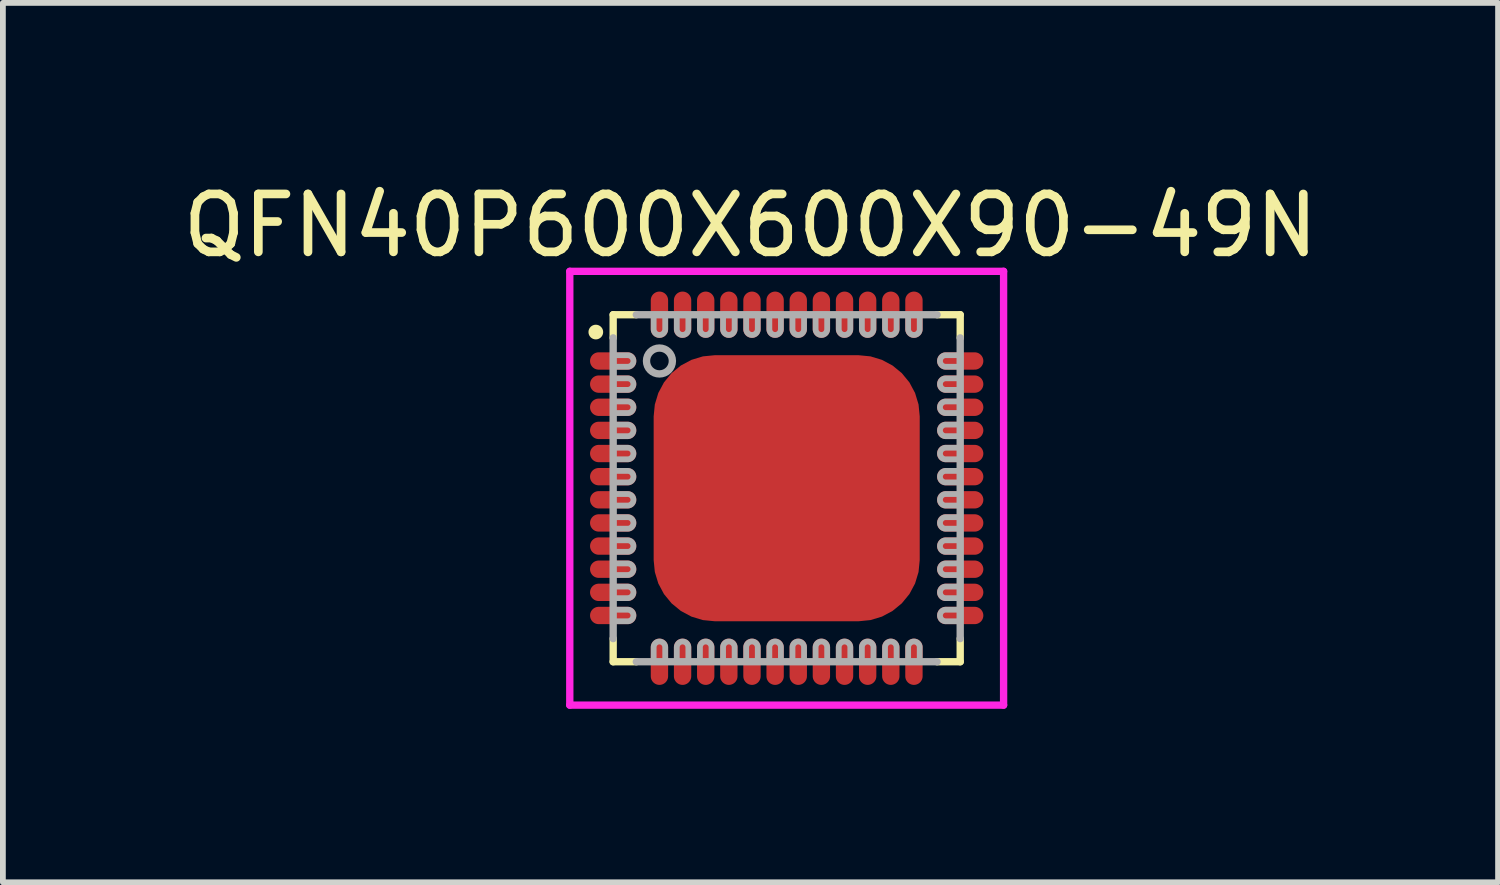
<source format=kicad_pcb>
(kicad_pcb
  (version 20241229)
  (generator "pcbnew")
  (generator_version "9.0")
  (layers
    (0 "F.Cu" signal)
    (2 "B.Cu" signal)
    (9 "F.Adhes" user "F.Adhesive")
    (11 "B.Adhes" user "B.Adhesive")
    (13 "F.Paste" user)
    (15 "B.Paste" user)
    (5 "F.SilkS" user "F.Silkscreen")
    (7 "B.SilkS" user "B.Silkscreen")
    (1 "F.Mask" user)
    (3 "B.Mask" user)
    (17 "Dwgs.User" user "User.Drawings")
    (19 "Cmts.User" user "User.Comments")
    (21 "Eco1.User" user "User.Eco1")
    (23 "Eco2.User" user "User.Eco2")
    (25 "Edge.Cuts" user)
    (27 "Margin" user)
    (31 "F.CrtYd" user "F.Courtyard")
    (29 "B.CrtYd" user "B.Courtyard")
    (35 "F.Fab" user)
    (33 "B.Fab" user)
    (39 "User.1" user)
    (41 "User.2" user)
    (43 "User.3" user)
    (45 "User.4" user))
  (footprint "QFN40P600X600X90-49N"
    (layer "F.Cu")
    (at 10.551 5.391)
    (property "Reference" "QFN40P600X600X90-49N" (at -0.626 -4.542 0) (layer "F.SilkS") (effects (font (size 1.001 1.001) (thickness 0.15))))
    (attr through_hole)
    (fp_poly (pts (xy -3.431 -1.575) (xy -2.575 -1.575) (xy -2.575 -1.227) (xy -3.431 -1.227)) (stroke (width 0.01) (type solid)) (fill yes) (layer "F.Mask"))
    (fp_poly (pts (xy -3.431 -0.775) (xy -2.575 -0.775) (xy -2.575 -0.426) (xy -3.431 -0.426)) (stroke (width 0.01) (type solid)) (fill yes) (layer "F.Mask"))
    (fp_poly (pts (xy -3.43 -0.375) (xy -2.575 -0.375) (xy -2.575 -0.025) (xy -3.43 -0.025)) (stroke (width 0.01) (type solid)) (fill yes) (layer "F.Mask"))
    (fp_poly (pts (xy -3.43 2.025) (xy -2.575 2.025) (xy -2.575 2.379) (xy -3.43 2.379)) (stroke (width 0.01) (type solid)) (fill yes) (layer "F.Mask"))
    (fp_poly (pts (xy -3.43 -1.175) (xy -2.575 -1.175) (xy -2.575 -0.826) (xy -3.43 -0.826)) (stroke (width 0.01) (type solid)) (fill yes) (layer "F.Mask"))
    (fp_poly (pts (xy -3.43 -2.375) (xy -2.575 -2.375) (xy -2.575 -2.028) (xy -3.43 -2.028)) (stroke (width 0.01) (type solid)) (fill yes) (layer "F.Mask"))
    (fp_poly (pts (xy -3.428 -1.975) (xy -2.575 -1.975) (xy -2.575 -1.627) (xy -3.428 -1.627)) (stroke (width 0.01) (type solid)) (fill yes) (layer "F.Mask"))
    (fp_poly (pts (xy -3.428 1.225) (xy -2.575 1.225) (xy -2.575 1.577) (xy -3.428 1.577)) (stroke (width 0.01) (type solid)) (fill yes) (layer "F.Mask"))
    (fp_poly (pts (xy -3.428 0.825) (xy -2.575 0.825) (xy -2.575 1.176) (xy -3.428 1.176)) (stroke (width 0.01) (type solid)) (fill yes) (layer "F.Mask"))
    (fp_poly (pts (xy -3.428 0.425) (xy -2.575 0.425) (xy -2.575 0.776) (xy -3.428 0.776)) (stroke (width 0.01) (type solid)) (fill yes) (layer "F.Mask"))
    (fp_poly (pts (xy -3.427 1.625) (xy -2.575 1.625) (xy -2.575 1.976) (xy -3.427 1.976)) (stroke (width 0.01) (type solid)) (fill yes) (layer "F.Mask"))
    (fp_poly (pts (xy -3.425 0.025) (xy -2.575 0.025) (xy -2.575 0.375) (xy -3.425 0.375)) (stroke (width 0.01) (type solid)) (fill yes) (layer "F.Mask"))
    (fp_poly (pts (xy -2.63 2.825) (xy -1.775 2.825) (xy -1.775 3.181) (xy -2.63 3.181)) (stroke (width 0.01) (type solid)) (fill yes) (layer "F.Mask"))
    (fp_poly (pts (xy -2.626 -3.175) (xy -1.775 -3.175) (xy -1.775 -2.827) (xy -2.626 -2.827)) (stroke (width 0.01) (type solid)) (fill yes) (layer "F.Mask"))
    (fp_poly (pts (xy -2.226 -3.175) (xy -1.375 -3.175) (xy -1.375 -2.826) (xy -2.226 -2.826)) (stroke (width 0.01) (type solid)) (fill yes) (layer "F.Mask"))
    (fp_poly (pts (xy -2.226 2.825) (xy -1.375 2.825) (xy -1.375 3.176) (xy -2.226 3.176)) (stroke (width 0.01) (type solid)) (fill yes) (layer "F.Mask"))
    (fp_poly (pts (xy -1.827 2.825) (xy -0.975 2.825) (xy -0.975 3.179) (xy -1.827 3.179)) (stroke (width 0.01) (type solid)) (fill yes) (layer "F.Mask"))
    (fp_poly (pts (xy -1.826 -3.175) (xy -0.975 -3.175) (xy -0.975 -2.827) (xy -1.826 -2.827)) (stroke (width 0.01) (type solid)) (fill yes) (layer "F.Mask"))
    (fp_poly (pts (xy -1.425 2.825) (xy -0.575 2.825) (xy -0.575 3.176) (xy -1.425 3.176)) (stroke (width 0.01) (type solid)) (fill yes) (layer "F.Mask"))
    (fp_poly (pts (xy -1.425 -3.175) (xy -0.575 -3.175) (xy -0.575 -2.825) (xy -1.425 -2.825)) (stroke (width 0.01) (type solid)) (fill yes) (layer "F.Mask"))
    (fp_poly (pts (xy -1.026 -3.175) (xy -0.175 -3.175) (xy -0.175 -2.828) (xy -1.026 -2.828)) (stroke (width 0.01) (type solid)) (fill yes) (layer "F.Mask"))
    (fp_poly (pts (xy -1.025 2.825) (xy -0.175 2.825) (xy -0.175 3.176) (xy -1.025 3.176)) (stroke (width 0.01) (type solid)) (fill yes) (layer "F.Mask"))
    (fp_poly (pts (xy -0.626 2.825) (xy 0.225 2.825) (xy 0.225 3.179) (xy -0.626 3.179)) (stroke (width 0.01) (type solid)) (fill yes) (layer "F.Mask"))
    (fp_poly (pts (xy -0.626 -3.175) (xy 0.225 -3.175) (xy 0.225 -2.828) (xy -0.626 -2.828)) (stroke (width 0.01) (type solid)) (fill yes) (layer "F.Mask"))
    (fp_poly (pts (xy -0.225 -3.175) (xy 0.625 -3.175) (xy 0.625 -2.828) (xy -0.225 -2.828)) (stroke (width 0.01) (type solid)) (fill yes) (layer "F.Mask"))
    (fp_poly (pts (xy -0.225 2.825) (xy 0.625 2.825) (xy 0.625 3.175) (xy -0.225 3.175)) (stroke (width 0.01) (type solid)) (fill yes) (layer "F.Mask"))
    (fp_poly (pts (xy 0.175 2.825) (xy 1.025 2.825) (xy 1.025 3.18) (xy 0.175 3.18)) (stroke (width 0.01) (type solid)) (fill yes) (layer "F.Mask"))
    (fp_poly (pts (xy 0.175 -3.175) (xy 1.025 -3.175) (xy 1.025 -2.83) (xy 0.175 -2.83)) (stroke (width 0.01) (type solid)) (fill yes) (layer "F.Mask"))
    (fp_poly (pts (xy 0.575 -3.175) (xy 1.425 -3.175) (xy 1.425 -2.825) (xy 0.575 -2.825)) (stroke (width 0.01) (type solid)) (fill yes) (layer "F.Mask"))
    (fp_poly (pts (xy 0.576 2.825) (xy 1.425 2.825) (xy 1.425 3.181) (xy 0.576 3.181)) (stroke (width 0.01) (type solid)) (fill yes) (layer "F.Mask"))
    (fp_poly (pts (xy 0.976 -3.175) (xy 1.825 -3.175) (xy 1.825 -2.827) (xy 0.976 -2.827)) (stroke (width 0.01) (type solid)) (fill yes) (layer "F.Mask"))
    (fp_poly (pts (xy 0.976 2.825) (xy 1.825 2.825) (xy 1.825 3.178) (xy 0.976 3.178)) (stroke (width 0.01) (type solid)) (fill yes) (layer "F.Mask"))
    (fp_poly (pts (xy 1.376 2.825) (xy 2.225 2.825) (xy 2.225 3.178) (xy 1.376 3.178)) (stroke (width 0.01) (type solid)) (fill yes) (layer "F.Mask"))
    (fp_poly (pts (xy 1.377 -3.175) (xy 2.225 -3.175) (xy 2.225 -2.829) (xy 1.377 -2.829)) (stroke (width 0.01) (type solid)) (fill yes) (layer "F.Mask"))
    (fp_poly (pts (xy 1.777 -3.175) (xy 2.625 -3.175) (xy 2.625 -2.828) (xy 1.777 -2.828)) (stroke (width 0.01) (type solid)) (fill yes) (layer "F.Mask"))
    (fp_poly (pts (xy 1.778 2.825) (xy 2.625 2.825) (xy 2.625 3.181) (xy 1.778 3.181)) (stroke (width 0.01) (type solid)) (fill yes) (layer "F.Mask"))
    (fp_poly (pts (xy 2.575 -1.175) (xy 3.425 -1.175) (xy 3.425 -0.825) (xy 2.575 -0.825)) (stroke (width 0.01) (type solid)) (fill yes) (layer "F.Mask"))
    (fp_poly (pts (xy 2.576 -2.375) (xy 3.425 -2.375) (xy 3.425 -2.026) (xy 2.576 -2.026)) (stroke (width 0.01) (type solid)) (fill yes) (layer "F.Mask"))
    (fp_poly (pts (xy 2.576 0.025) (xy 3.425 0.025) (xy 3.425 0.375) (xy 2.576 0.375)) (stroke (width 0.01) (type solid)) (fill yes) (layer "F.Mask"))
    (fp_poly (pts (xy 2.576 1.225) (xy 3.425 1.225) (xy 3.425 1.576) (xy 2.576 1.576)) (stroke (width 0.01) (type solid)) (fill yes) (layer "F.Mask"))
    (fp_poly (pts (xy 2.576 0.425) (xy 3.425 0.425) (xy 3.425 0.775) (xy 2.576 0.775)) (stroke (width 0.01) (type solid)) (fill yes) (layer "F.Mask"))
    (fp_poly (pts (xy 2.576 1.625) (xy 3.425 1.625) (xy 3.425 1.976) (xy 2.576 1.976)) (stroke (width 0.01) (type solid)) (fill yes) (layer "F.Mask"))
    (fp_poly (pts (xy 2.577 -0.775) (xy 3.425 -0.775) (xy 3.425 -0.425) (xy 2.577 -0.425)) (stroke (width 0.01) (type solid)) (fill yes) (layer "F.Mask"))
    (fp_poly (pts (xy 2.578 -0.375) (xy 3.425 -0.375) (xy 3.425 -0.025) (xy 2.578 -0.025)) (stroke (width 0.01) (type solid)) (fill yes) (layer "F.Mask"))
    (fp_poly (pts (xy 2.578 -1.975) (xy 3.425 -1.975) (xy 3.425 -1.627) (xy 2.578 -1.627)) (stroke (width 0.01) (type solid)) (fill yes) (layer "F.Mask"))
    (fp_poly (pts (xy 2.578 2.025) (xy 3.425 2.025) (xy 3.425 2.378) (xy 2.578 2.378)) (stroke (width 0.01) (type solid)) (fill yes) (layer "F.Mask"))
    (fp_poly (pts (xy 2.579 -1.575) (xy 3.425 -1.575) (xy 3.425 -1.227) (xy 2.579 -1.227)) (stroke (width 0.01) (type solid)) (fill yes) (layer "F.Mask"))
    (fp_poly (pts (xy 2.58 0.825) (xy 3.425 0.825) (xy 3.425 1.177) (xy 2.58 1.177)) (stroke (width 0.01) (type solid)) (fill yes) (layer "F.Mask"))
    (fp_line (start -3 -3) (end -2.6 -3) (stroke (width 0.127) (type solid)) (layer "F.SilkS"))
    (fp_line (start -3 -2.6) (end -3 -3) (stroke (width 0.127) (type solid)) (layer "F.SilkS"))
    (fp_line (start -3 3) (end -3 2.6) (stroke (width 0.127) (type solid)) (layer "F.SilkS"))
    (fp_line (start -2.6 3) (end -3 3) (stroke (width 0.127) (type solid)) (layer "F.SilkS"))
    (fp_line (start 2.6 -3) (end 3 -3) (stroke (width 0.127) (type solid)) (layer "F.SilkS"))
    (fp_line (start 3 -3) (end 3 -2.6) (stroke (width 0.127) (type solid)) (layer "F.SilkS"))
    (fp_line (start 3 2.6) (end 3 3) (stroke (width 0.127) (type solid)) (layer "F.SilkS"))
    (fp_line (start 3 3) (end 2.6 3) (stroke (width 0.127) (type solid)) (layer "F.SilkS"))
    (fp_circle (center -3.3 -2.7) (end -3.173 -2.7) (stroke (width 0) (type solid)) (fill yes) (layer "F.SilkS"))
    (fp_poly (pts (xy -1.451 -1.45) (xy 1.45 -1.45) (xy 1.45 1.451) (xy -1.451 1.451)) (stroke (width 0.01) (type solid)) (fill yes) (layer "F.Paste"))
    (fp_line (start -3.75 -3.75) (end 3.75 -3.75) (stroke (width 0.127) (type solid)) (layer "F.CrtYd"))
    (fp_line (start -3.75 3.75) (end -3.75 -3.75) (stroke (width 0.127) (type solid)) (layer "F.CrtYd"))
    (fp_line (start 3.75 -3.75) (end 3.75 3.75) (stroke (width 0.127) (type solid)) (layer "F.CrtYd"))
    (fp_line (start 3.75 3.75) (end -3.75 3.75) (stroke (width 0.127) (type solid)) (layer "F.CrtYd"))
    (fp_line (start -3 2.6) (end -3 -2.6) (stroke (width 0.127) (type solid)) (layer "F.Fab"))
    (fp_line (start -2.6 -3) (end 2.6 -3) (stroke (width 0.127) (type solid)) (layer "F.Fab"))
    (fp_line (start 2.6 3) (end -2.6 3) (stroke (width 0.127) (type solid)) (layer "F.Fab"))
    (fp_line (start 3 2.6) (end 3 -2.6) (stroke (width 0.127) (type solid)) (layer "F.Fab"))
    (fp_circle (center -2.2 -2.2) (end -1.976 -2.2) (stroke (width 0.127) (type solid)) (fill no) (layer "F.Fab"))
    (fp_poly (pts (xy -3 -2.3) (xy -2.75 -2.3) (xy -2.745 -2.3) (xy -2.74 -2.299) (xy -2.734 -2.299) (xy -2.729 -2.298) (xy -2.724 -2.297) (xy -2.719 -2.295) (xy -2.714 -2.293) (xy -2.709 -2.291) (xy -2.705 -2.289) (xy -2.7 -2.287) (xy -2.696 -2.284) (xy -2.691 -2.281) (xy -2.687 -2.278) (xy -2.683 -2.274) (xy -2.679 -2.271) (xy -2.676 -2.267) (xy -2.672 -2.263) (xy -2.669 -2.259) (xy -2.666 -2.254) (xy -2.663 -2.25) (xy -2.661 -2.245) (xy -2.659 -2.241) (xy -2.657 -2.236) (xy -2.655 -2.231) (xy -2.653 -2.226) (xy -2.652 -2.221) (xy -2.651 -2.216) (xy -2.651 -2.21) (xy -2.65 -2.205) (xy -2.65 -2.2) (xy -2.65 -2.195) (xy -2.651 -2.19) (xy -2.651 -2.184) (xy -2.652 -2.179) (xy -2.653 -2.174) (xy -2.655 -2.169) (xy -2.657 -2.164) (xy -2.659 -2.159) (xy -2.661 -2.155) (xy -2.663 -2.15) (xy -2.666 -2.146) (xy -2.669 -2.141) (xy -2.672 -2.137) (xy -2.676 -2.133) (xy -2.679 -2.129) (xy -2.683 -2.126) (xy -2.687 -2.122) (xy -2.691 -2.119) (xy -2.696 -2.116) (xy -2.7 -2.113) (xy -2.705 -2.111) (xy -2.709 -2.109) (xy -2.714 -2.107) (xy -2.719 -2.105) (xy -2.724 -2.103) (xy -2.729 -2.102) (xy -2.734 -2.101) (xy -2.74 -2.101) (xy -2.745 -2.1) (xy -2.75 -2.1) (xy -3 -2.1) (xy -3 -2.3)) (stroke (width 0.1) (type solid)) (fill no) (layer "F.Fab"))
    (fp_poly (pts (xy -3 -1.9) (xy -2.75 -1.9) (xy -2.745 -1.9) (xy -2.74 -1.899) (xy -2.734 -1.899) (xy -2.729 -1.898) (xy -2.724 -1.897) (xy -2.719 -1.895) (xy -2.714 -1.893) (xy -2.709 -1.891) (xy -2.705 -1.889) (xy -2.7 -1.887) (xy -2.696 -1.884) (xy -2.691 -1.881) (xy -2.687 -1.878) (xy -2.683 -1.874) (xy -2.679 -1.871) (xy -2.676 -1.867) (xy -2.672 -1.863) (xy -2.669 -1.859) (xy -2.666 -1.854) (xy -2.663 -1.85) (xy -2.661 -1.845) (xy -2.659 -1.841) (xy -2.657 -1.836) (xy -2.655 -1.831) (xy -2.653 -1.826) (xy -2.652 -1.821) (xy -2.651 -1.816) (xy -2.651 -1.81) (xy -2.65 -1.805) (xy -2.65 -1.8) (xy -2.65 -1.795) (xy -2.651 -1.79) (xy -2.651 -1.784) (xy -2.652 -1.779) (xy -2.653 -1.774) (xy -2.655 -1.769) (xy -2.657 -1.764) (xy -2.659 -1.759) (xy -2.661 -1.755) (xy -2.663 -1.75) (xy -2.666 -1.746) (xy -2.669 -1.741) (xy -2.672 -1.737) (xy -2.676 -1.733) (xy -2.679 -1.729) (xy -2.683 -1.726) (xy -2.687 -1.722) (xy -2.691 -1.719) (xy -2.696 -1.716) (xy -2.7 -1.713) (xy -2.705 -1.711) (xy -2.709 -1.709) (xy -2.714 -1.707) (xy -2.719 -1.705) (xy -2.724 -1.703) (xy -2.729 -1.702) (xy -2.734 -1.701) (xy -2.74 -1.701) (xy -2.745 -1.7) (xy -2.75 -1.7) (xy -3 -1.7) (xy -3 -1.9)) (stroke (width 0.1) (type solid)) (fill no) (layer "F.Fab"))
    (fp_poly (pts (xy -3 -1.5) (xy -2.75 -1.5) (xy -2.745 -1.5) (xy -2.74 -1.499) (xy -2.734 -1.499) (xy -2.729 -1.498) (xy -2.724 -1.497) (xy -2.719 -1.495) (xy -2.714 -1.493) (xy -2.709 -1.491) (xy -2.705 -1.489) (xy -2.7 -1.487) (xy -2.696 -1.484) (xy -2.691 -1.481) (xy -2.687 -1.478) (xy -2.683 -1.474) (xy -2.679 -1.471) (xy -2.676 -1.467) (xy -2.672 -1.463) (xy -2.669 -1.459) (xy -2.666 -1.454) (xy -2.663 -1.45) (xy -2.661 -1.445) (xy -2.659 -1.441) (xy -2.657 -1.436) (xy -2.655 -1.431) (xy -2.653 -1.426) (xy -2.652 -1.421) (xy -2.651 -1.416) (xy -2.651 -1.41) (xy -2.65 -1.405) (xy -2.65 -1.4) (xy -2.65 -1.395) (xy -2.651 -1.39) (xy -2.651 -1.384) (xy -2.652 -1.379) (xy -2.653 -1.374) (xy -2.655 -1.369) (xy -2.657 -1.364) (xy -2.659 -1.359) (xy -2.661 -1.355) (xy -2.663 -1.35) (xy -2.666 -1.346) (xy -2.669 -1.341) (xy -2.672 -1.337) (xy -2.676 -1.333) (xy -2.679 -1.329) (xy -2.683 -1.326) (xy -2.687 -1.322) (xy -2.691 -1.319) (xy -2.696 -1.316) (xy -2.7 -1.313) (xy -2.705 -1.311) (xy -2.709 -1.309) (xy -2.714 -1.307) (xy -2.719 -1.305) (xy -2.724 -1.303) (xy -2.729 -1.302) (xy -2.734 -1.301) (xy -2.74 -1.301) (xy -2.745 -1.3) (xy -2.75 -1.3) (xy -3 -1.3) (xy -3 -1.5)) (stroke (width 0.1) (type solid)) (fill no) (layer "F.Fab"))
    (fp_poly (pts (xy -3 -1.1) (xy -2.75 -1.1) (xy -2.745 -1.1) (xy -2.74 -1.099) (xy -2.734 -1.099) (xy -2.729 -1.098) (xy -2.724 -1.097) (xy -2.719 -1.095) (xy -2.714 -1.093) (xy -2.709 -1.091) (xy -2.705 -1.089) (xy -2.7 -1.087) (xy -2.696 -1.084) (xy -2.691 -1.081) (xy -2.687 -1.078) (xy -2.683 -1.074) (xy -2.679 -1.071) (xy -2.676 -1.067) (xy -2.672 -1.063) (xy -2.669 -1.059) (xy -2.666 -1.054) (xy -2.663 -1.05) (xy -2.661 -1.045) (xy -2.659 -1.041) (xy -2.657 -1.036) (xy -2.655 -1.031) (xy -2.653 -1.026) (xy -2.652 -1.021) (xy -2.651 -1.016) (xy -2.651 -1.01) (xy -2.65 -1.005) (xy -2.65 -1) (xy -2.65 -0.995) (xy -2.651 -0.99) (xy -2.651 -0.984) (xy -2.652 -0.979) (xy -2.653 -0.974) (xy -2.655 -0.969) (xy -2.657 -0.964) (xy -2.659 -0.959) (xy -2.661 -0.955) (xy -2.663 -0.95) (xy -2.666 -0.946) (xy -2.669 -0.941) (xy -2.672 -0.937) (xy -2.676 -0.933) (xy -2.679 -0.929) (xy -2.683 -0.926) (xy -2.687 -0.922) (xy -2.691 -0.919) (xy -2.696 -0.916) (xy -2.7 -0.913) (xy -2.705 -0.911) (xy -2.709 -0.909) (xy -2.714 -0.907) (xy -2.719 -0.905) (xy -2.724 -0.903) (xy -2.729 -0.902) (xy -2.734 -0.901) (xy -2.74 -0.901) (xy -2.745 -0.9) (xy -2.75 -0.9) (xy -3 -0.9) (xy -3 -1.1)) (stroke (width 0.1) (type solid)) (fill no) (layer "F.Fab"))
    (fp_poly (pts (xy -3 -0.7) (xy -2.75 -0.7) (xy -2.745 -0.7) (xy -2.74 -0.699) (xy -2.734 -0.699) (xy -2.729 -0.698) (xy -2.724 -0.697) (xy -2.719 -0.695) (xy -2.714 -0.693) (xy -2.709 -0.691) (xy -2.705 -0.689) (xy -2.7 -0.687) (xy -2.696 -0.684) (xy -2.691 -0.681) (xy -2.687 -0.678) (xy -2.683 -0.674) (xy -2.679 -0.671) (xy -2.676 -0.667) (xy -2.672 -0.663) (xy -2.669 -0.659) (xy -2.666 -0.654) (xy -2.663 -0.65) (xy -2.661 -0.645) (xy -2.659 -0.641) (xy -2.657 -0.636) (xy -2.655 -0.631) (xy -2.653 -0.626) (xy -2.652 -0.621) (xy -2.651 -0.616) (xy -2.651 -0.61) (xy -2.65 -0.605) (xy -2.65 -0.6) (xy -2.65 -0.595) (xy -2.651 -0.59) (xy -2.651 -0.584) (xy -2.652 -0.579) (xy -2.653 -0.574) (xy -2.655 -0.569) (xy -2.657 -0.564) (xy -2.659 -0.559) (xy -2.661 -0.555) (xy -2.663 -0.55) (xy -2.666 -0.546) (xy -2.669 -0.541) (xy -2.672 -0.537) (xy -2.676 -0.533) (xy -2.679 -0.529) (xy -2.683 -0.526) (xy -2.687 -0.522) (xy -2.691 -0.519) (xy -2.696 -0.516) (xy -2.7 -0.513) (xy -2.705 -0.511) (xy -2.709 -0.509) (xy -2.714 -0.507) (xy -2.719 -0.505) (xy -2.724 -0.503) (xy -2.729 -0.502) (xy -2.734 -0.501) (xy -2.74 -0.501) (xy -2.745 -0.5) (xy -2.75 -0.5) (xy -3 -0.5) (xy -3 -0.7)) (stroke (width 0.1) (type solid)) (fill no) (layer "F.Fab"))
    (fp_poly (pts (xy -3 -0.3) (xy -2.75 -0.3) (xy -2.745 -0.3) (xy -2.74 -0.299) (xy -2.734 -0.299) (xy -2.729 -0.298) (xy -2.724 -0.297) (xy -2.719 -0.295) (xy -2.714 -0.293) (xy -2.709 -0.291) (xy -2.705 -0.289) (xy -2.7 -0.287) (xy -2.696 -0.284) (xy -2.691 -0.281) (xy -2.687 -0.278) (xy -2.683 -0.274) (xy -2.679 -0.271) (xy -2.676 -0.267) (xy -2.672 -0.263) (xy -2.669 -0.259) (xy -2.666 -0.254) (xy -2.663 -0.25) (xy -2.661 -0.245) (xy -2.659 -0.241) (xy -2.657 -0.236) (xy -2.655 -0.231) (xy -2.653 -0.226) (xy -2.652 -0.221) (xy -2.651 -0.216) (xy -2.651 -0.21) (xy -2.65 -0.205) (xy -2.65 -0.2) (xy -2.65 -0.195) (xy -2.651 -0.19) (xy -2.651 -0.184) (xy -2.652 -0.179) (xy -2.653 -0.174) (xy -2.655 -0.169) (xy -2.657 -0.164) (xy -2.659 -0.159) (xy -2.661 -0.155) (xy -2.663 -0.15) (xy -2.666 -0.146) (xy -2.669 -0.141) (xy -2.672 -0.137) (xy -2.676 -0.133) (xy -2.679 -0.129) (xy -2.683 -0.126) (xy -2.687 -0.122) (xy -2.691 -0.119) (xy -2.696 -0.116) (xy -2.7 -0.113) (xy -2.705 -0.111) (xy -2.709 -0.109) (xy -2.714 -0.107) (xy -2.719 -0.105) (xy -2.724 -0.103) (xy -2.729 -0.102) (xy -2.734 -0.101) (xy -2.74 -0.101) (xy -2.745 -0.1) (xy -2.75 -0.1) (xy -3 -0.1) (xy -3 -0.3)) (stroke (width 0.1) (type solid)) (fill no) (layer "F.Fab"))
    (fp_poly (pts (xy -3 0.1) (xy -2.75 0.1) (xy -2.745 0.1) (xy -2.74 0.101) (xy -2.734 0.101) (xy -2.729 0.102) (xy -2.724 0.103) (xy -2.719 0.105) (xy -2.714 0.107) (xy -2.709 0.109) (xy -2.705 0.111) (xy -2.7 0.113) (xy -2.696 0.116) (xy -2.691 0.119) (xy -2.687 0.122) (xy -2.683 0.126) (xy -2.679 0.129) (xy -2.676 0.133) (xy -2.672 0.137) (xy -2.669 0.141) (xy -2.666 0.146) (xy -2.663 0.15) (xy -2.661 0.155) (xy -2.659 0.159) (xy -2.657 0.164) (xy -2.655 0.169) (xy -2.653 0.174) (xy -2.652 0.179) (xy -2.651 0.184) (xy -2.651 0.19) (xy -2.65 0.195) (xy -2.65 0.2) (xy -2.65 0.205) (xy -2.651 0.21) (xy -2.651 0.216) (xy -2.652 0.221) (xy -2.653 0.226) (xy -2.655 0.231) (xy -2.657 0.236) (xy -2.659 0.241) (xy -2.661 0.245) (xy -2.663 0.25) (xy -2.666 0.254) (xy -2.669 0.259) (xy -2.672 0.263) (xy -2.676 0.267) (xy -2.679 0.271) (xy -2.683 0.274) (xy -2.687 0.278) (xy -2.691 0.281) (xy -2.696 0.284) (xy -2.7 0.287) (xy -2.705 0.289) (xy -2.709 0.291) (xy -2.714 0.293) (xy -2.719 0.295) (xy -2.724 0.297) (xy -2.729 0.298) (xy -2.734 0.299) (xy -2.74 0.299) (xy -2.745 0.3) (xy -2.75 0.3) (xy -3 0.3) (xy -3 0.1)) (stroke (width 0.1) (type solid)) (fill no) (layer "F.Fab"))
    (fp_poly (pts (xy -3 0.5) (xy -2.75 0.5) (xy -2.745 0.5) (xy -2.74 0.501) (xy -2.734 0.501) (xy -2.729 0.502) (xy -2.724 0.503) (xy -2.719 0.505) (xy -2.714 0.507) (xy -2.709 0.509) (xy -2.705 0.511) (xy -2.7 0.513) (xy -2.696 0.516) (xy -2.691 0.519) (xy -2.687 0.522) (xy -2.683 0.526) (xy -2.679 0.529) (xy -2.676 0.533) (xy -2.672 0.537) (xy -2.669 0.541) (xy -2.666 0.546) (xy -2.663 0.55) (xy -2.661 0.555) (xy -2.659 0.559) (xy -2.657 0.564) (xy -2.655 0.569) (xy -2.653 0.574) (xy -2.652 0.579) (xy -2.651 0.584) (xy -2.651 0.59) (xy -2.65 0.595) (xy -2.65 0.6) (xy -2.65 0.605) (xy -2.651 0.61) (xy -2.651 0.616) (xy -2.652 0.621) (xy -2.653 0.626) (xy -2.655 0.631) (xy -2.657 0.636) (xy -2.659 0.641) (xy -2.661 0.645) (xy -2.663 0.65) (xy -2.666 0.654) (xy -2.669 0.659) (xy -2.672 0.663) (xy -2.676 0.667) (xy -2.679 0.671) (xy -2.683 0.674) (xy -2.687 0.678) (xy -2.691 0.681) (xy -2.696 0.684) (xy -2.7 0.687) (xy -2.705 0.689) (xy -2.709 0.691) (xy -2.714 0.693) (xy -2.719 0.695) (xy -2.724 0.697) (xy -2.729 0.698) (xy -2.734 0.699) (xy -2.74 0.699) (xy -2.745 0.7) (xy -2.75 0.7) (xy -3 0.7) (xy -3 0.5)) (stroke (width 0.1) (type solid)) (fill no) (layer "F.Fab"))
    (fp_poly (pts (xy -3 0.9) (xy -2.75 0.9) (xy -2.745 0.9) (xy -2.74 0.901) (xy -2.734 0.901) (xy -2.729 0.902) (xy -2.724 0.903) (xy -2.719 0.905) (xy -2.714 0.907) (xy -2.709 0.909) (xy -2.705 0.911) (xy -2.7 0.913) (xy -2.696 0.916) (xy -2.691 0.919) (xy -2.687 0.922) (xy -2.683 0.926) (xy -2.679 0.929) (xy -2.676 0.933) (xy -2.672 0.937) (xy -2.669 0.941) (xy -2.666 0.946) (xy -2.663 0.95) (xy -2.661 0.955) (xy -2.659 0.959) (xy -2.657 0.964) (xy -2.655 0.969) (xy -2.653 0.974) (xy -2.652 0.979) (xy -2.651 0.984) (xy -2.651 0.99) (xy -2.65 0.995) (xy -2.65 1) (xy -2.65 1.005) (xy -2.651 1.01) (xy -2.651 1.016) (xy -2.652 1.021) (xy -2.653 1.026) (xy -2.655 1.031) (xy -2.657 1.036) (xy -2.659 1.041) (xy -2.661 1.045) (xy -2.663 1.05) (xy -2.666 1.054) (xy -2.669 1.059) (xy -2.672 1.063) (xy -2.676 1.067) (xy -2.679 1.071) (xy -2.683 1.074) (xy -2.687 1.078) (xy -2.691 1.081) (xy -2.696 1.084) (xy -2.7 1.087) (xy -2.705 1.089) (xy -2.709 1.091) (xy -2.714 1.093) (xy -2.719 1.095) (xy -2.724 1.097) (xy -2.729 1.098) (xy -2.734 1.099) (xy -2.74 1.099) (xy -2.745 1.1) (xy -2.75 1.1) (xy -3 1.1) (xy -3 0.9)) (stroke (width 0.1) (type solid)) (fill no) (layer "F.Fab"))
    (fp_poly (pts (xy -3 1.3) (xy -2.75 1.3) (xy -2.745 1.3) (xy -2.74 1.301) (xy -2.734 1.301) (xy -2.729 1.302) (xy -2.724 1.303) (xy -2.719 1.305) (xy -2.714 1.307) (xy -2.709 1.309) (xy -2.705 1.311) (xy -2.7 1.313) (xy -2.696 1.316) (xy -2.691 1.319) (xy -2.687 1.322) (xy -2.683 1.326) (xy -2.679 1.329) (xy -2.676 1.333) (xy -2.672 1.337) (xy -2.669 1.341) (xy -2.666 1.346) (xy -2.663 1.35) (xy -2.661 1.355) (xy -2.659 1.359) (xy -2.657 1.364) (xy -2.655 1.369) (xy -2.653 1.374) (xy -2.652 1.379) (xy -2.651 1.384) (xy -2.651 1.39) (xy -2.65 1.395) (xy -2.65 1.4) (xy -2.65 1.405) (xy -2.651 1.41) (xy -2.651 1.416) (xy -2.652 1.421) (xy -2.653 1.426) (xy -2.655 1.431) (xy -2.657 1.436) (xy -2.659 1.441) (xy -2.661 1.445) (xy -2.663 1.45) (xy -2.666 1.454) (xy -2.669 1.459) (xy -2.672 1.463) (xy -2.676 1.467) (xy -2.679 1.471) (xy -2.683 1.474) (xy -2.687 1.478) (xy -2.691 1.481) (xy -2.696 1.484) (xy -2.7 1.487) (xy -2.705 1.489) (xy -2.709 1.491) (xy -2.714 1.493) (xy -2.719 1.495) (xy -2.724 1.497) (xy -2.729 1.498) (xy -2.734 1.499) (xy -2.74 1.499) (xy -2.745 1.5) (xy -2.75 1.5) (xy -3 1.5) (xy -3 1.3)) (stroke (width 0.1) (type solid)) (fill no) (layer "F.Fab"))
    (fp_poly (pts (xy -3 1.7) (xy -2.75 1.7) (xy -2.745 1.7) (xy -2.74 1.701) (xy -2.734 1.701) (xy -2.729 1.702) (xy -2.724 1.703) (xy -2.719 1.705) (xy -2.714 1.707) (xy -2.709 1.709) (xy -2.705 1.711) (xy -2.7 1.713) (xy -2.696 1.716) (xy -2.691 1.719) (xy -2.687 1.722) (xy -2.683 1.726) (xy -2.679 1.729) (xy -2.676 1.733) (xy -2.672 1.737) (xy -2.669 1.741) (xy -2.666 1.746) (xy -2.663 1.75) (xy -2.661 1.755) (xy -2.659 1.759) (xy -2.657 1.764) (xy -2.655 1.769) (xy -2.653 1.774) (xy -2.652 1.779) (xy -2.651 1.784) (xy -2.651 1.79) (xy -2.65 1.795) (xy -2.65 1.8) (xy -2.65 1.805) (xy -2.651 1.81) (xy -2.651 1.816) (xy -2.652 1.821) (xy -2.653 1.826) (xy -2.655 1.831) (xy -2.657 1.836) (xy -2.659 1.841) (xy -2.661 1.845) (xy -2.663 1.85) (xy -2.666 1.854) (xy -2.669 1.859) (xy -2.672 1.863) (xy -2.676 1.867) (xy -2.679 1.871) (xy -2.683 1.874) (xy -2.687 1.878) (xy -2.691 1.881) (xy -2.696 1.884) (xy -2.7 1.887) (xy -2.705 1.889) (xy -2.709 1.891) (xy -2.714 1.893) (xy -2.719 1.895) (xy -2.724 1.897) (xy -2.729 1.898) (xy -2.734 1.899) (xy -2.74 1.899) (xy -2.745 1.9) (xy -2.75 1.9) (xy -3 1.9) (xy -3 1.7)) (stroke (width 0.1) (type solid)) (fill no) (layer "F.Fab"))
    (fp_poly (pts (xy -3 2.1) (xy -2.75 2.1) (xy -2.745 2.1) (xy -2.74 2.101) (xy -2.734 2.101) (xy -2.729 2.102) (xy -2.724 2.103) (xy -2.719 2.105) (xy -2.714 2.107) (xy -2.709 2.109) (xy -2.705 2.111) (xy -2.7 2.113) (xy -2.696 2.116) (xy -2.691 2.119) (xy -2.687 2.122) (xy -2.683 2.126) (xy -2.679 2.129) (xy -2.676 2.133) (xy -2.672 2.137) (xy -2.669 2.141) (xy -2.666 2.146) (xy -2.663 2.15) (xy -2.661 2.155) (xy -2.659 2.159) (xy -2.657 2.164) (xy -2.655 2.169) (xy -2.653 2.174) (xy -2.652 2.179) (xy -2.651 2.184) (xy -2.651 2.19) (xy -2.65 2.195) (xy -2.65 2.2) (xy -2.65 2.205) (xy -2.651 2.21) (xy -2.651 2.216) (xy -2.652 2.221) (xy -2.653 2.226) (xy -2.655 2.231) (xy -2.657 2.236) (xy -2.659 2.241) (xy -2.661 2.245) (xy -2.663 2.25) (xy -2.666 2.254) (xy -2.669 2.259) (xy -2.672 2.263) (xy -2.676 2.267) (xy -2.679 2.271) (xy -2.683 2.274) (xy -2.687 2.278) (xy -2.691 2.281) (xy -2.696 2.284) (xy -2.7 2.287) (xy -2.705 2.289) (xy -2.709 2.291) (xy -2.714 2.293) (xy -2.719 2.295) (xy -2.724 2.297) (xy -2.729 2.298) (xy -2.734 2.299) (xy -2.74 2.299) (xy -2.745 2.3) (xy -2.75 2.3) (xy -3 2.3) (xy -3 2.1)) (stroke (width 0.1) (type solid)) (fill no) (layer "F.Fab"))
    (fp_poly (pts (xy -2.3 3) (xy -2.3 2.75) (xy -2.3 2.745) (xy -2.299 2.74) (xy -2.299 2.734) (xy -2.298 2.729) (xy -2.297 2.724) (xy -2.295 2.719) (xy -2.293 2.714) (xy -2.291 2.709) (xy -2.289 2.705) (xy -2.287 2.7) (xy -2.284 2.696) (xy -2.281 2.691) (xy -2.278 2.687) (xy -2.274 2.683) (xy -2.271 2.679) (xy -2.267 2.676) (xy -2.263 2.672) (xy -2.259 2.669) (xy -2.254 2.666) (xy -2.25 2.663) (xy -2.245 2.661) (xy -2.241 2.659) (xy -2.236 2.657) (xy -2.231 2.655) (xy -2.226 2.653) (xy -2.221 2.652) (xy -2.216 2.651) (xy -2.21 2.651) (xy -2.205 2.65) (xy -2.2 2.65) (xy -2.195 2.65) (xy -2.19 2.651) (xy -2.184 2.651) (xy -2.179 2.652) (xy -2.174 2.653) (xy -2.169 2.655) (xy -2.164 2.657) (xy -2.159 2.659) (xy -2.155 2.661) (xy -2.15 2.663) (xy -2.146 2.666) (xy -2.141 2.669) (xy -2.137 2.672) (xy -2.133 2.676) (xy -2.129 2.679) (xy -2.126 2.683) (xy -2.122 2.687) (xy -2.119 2.691) (xy -2.116 2.696) (xy -2.113 2.7) (xy -2.111 2.705) (xy -2.109 2.709) (xy -2.107 2.714) (xy -2.105 2.719) (xy -2.103 2.724) (xy -2.102 2.729) (xy -2.101 2.734) (xy -2.101 2.74) (xy -2.1 2.745) (xy -2.1 2.75) (xy -2.1 3) (xy -2.3 3)) (stroke (width 0.1) (type solid)) (fill no) (layer "F.Fab"))
    (fp_poly (pts (xy -2.1 -3) (xy -2.1 -2.75) (xy -2.1 -2.745) (xy -2.101 -2.74) (xy -2.101 -2.734) (xy -2.102 -2.729) (xy -2.103 -2.724) (xy -2.105 -2.719) (xy -2.107 -2.714) (xy -2.109 -2.709) (xy -2.111 -2.705) (xy -2.113 -2.7) (xy -2.116 -2.696) (xy -2.119 -2.691) (xy -2.122 -2.687) (xy -2.126 -2.683) (xy -2.129 -2.679) (xy -2.133 -2.676) (xy -2.137 -2.672) (xy -2.141 -2.669) (xy -2.146 -2.666) (xy -2.15 -2.663) (xy -2.155 -2.661) (xy -2.159 -2.659) (xy -2.164 -2.657) (xy -2.169 -2.655) (xy -2.174 -2.653) (xy -2.179 -2.652) (xy -2.184 -2.651) (xy -2.19 -2.651) (xy -2.195 -2.65) (xy -2.2 -2.65) (xy -2.205 -2.65) (xy -2.21 -2.651) (xy -2.216 -2.651) (xy -2.221 -2.652) (xy -2.226 -2.653) (xy -2.231 -2.655) (xy -2.236 -2.657) (xy -2.241 -2.659) (xy -2.245 -2.661) (xy -2.25 -2.663) (xy -2.254 -2.666) (xy -2.259 -2.669) (xy -2.263 -2.672) (xy -2.267 -2.676) (xy -2.271 -2.679) (xy -2.274 -2.683) (xy -2.278 -2.687) (xy -2.281 -2.691) (xy -2.284 -2.696) (xy -2.287 -2.7) (xy -2.289 -2.705) (xy -2.291 -2.709) (xy -2.293 -2.714) (xy -2.295 -2.719) (xy -2.297 -2.724) (xy -2.298 -2.729) (xy -2.299 -2.734) (xy -2.299 -2.74) (xy -2.3 -2.745) (xy -2.3 -2.75) (xy -2.3 -3) (xy -2.1 -3)) (stroke (width 0.1) (type solid)) (fill no) (layer "F.Fab"))
    (fp_poly (pts (xy -1.9 3) (xy -1.9 2.75) (xy -1.9 2.745) (xy -1.899 2.74) (xy -1.899 2.734) (xy -1.898 2.729) (xy -1.897 2.724) (xy -1.895 2.719) (xy -1.893 2.714) (xy -1.891 2.709) (xy -1.889 2.705) (xy -1.887 2.7) (xy -1.884 2.696) (xy -1.881 2.691) (xy -1.878 2.687) (xy -1.874 2.683) (xy -1.871 2.679) (xy -1.867 2.676) (xy -1.863 2.672) (xy -1.859 2.669) (xy -1.854 2.666) (xy -1.85 2.663) (xy -1.845 2.661) (xy -1.841 2.659) (xy -1.836 2.657) (xy -1.831 2.655) (xy -1.826 2.653) (xy -1.821 2.652) (xy -1.816 2.651) (xy -1.81 2.651) (xy -1.805 2.65) (xy -1.8 2.65) (xy -1.795 2.65) (xy -1.79 2.651) (xy -1.784 2.651) (xy -1.779 2.652) (xy -1.774 2.653) (xy -1.769 2.655) (xy -1.764 2.657) (xy -1.759 2.659) (xy -1.755 2.661) (xy -1.75 2.663) (xy -1.746 2.666) (xy -1.741 2.669) (xy -1.737 2.672) (xy -1.733 2.676) (xy -1.729 2.679) (xy -1.726 2.683) (xy -1.722 2.687) (xy -1.719 2.691) (xy -1.716 2.696) (xy -1.713 2.7) (xy -1.711 2.705) (xy -1.709 2.709) (xy -1.707 2.714) (xy -1.705 2.719) (xy -1.703 2.724) (xy -1.702 2.729) (xy -1.701 2.734) (xy -1.701 2.74) (xy -1.7 2.745) (xy -1.7 2.75) (xy -1.7 3) (xy -1.9 3)) (stroke (width 0.1) (type solid)) (fill no) (layer "F.Fab"))
    (fp_poly (pts (xy -1.7 -3) (xy -1.7 -2.75) (xy -1.7 -2.745) (xy -1.701 -2.74) (xy -1.701 -2.734) (xy -1.702 -2.729) (xy -1.703 -2.724) (xy -1.705 -2.719) (xy -1.707 -2.714) (xy -1.709 -2.709) (xy -1.711 -2.705) (xy -1.713 -2.7) (xy -1.716 -2.696) (xy -1.719 -2.691) (xy -1.722 -2.687) (xy -1.726 -2.683) (xy -1.729 -2.679) (xy -1.733 -2.676) (xy -1.737 -2.672) (xy -1.741 -2.669) (xy -1.746 -2.666) (xy -1.75 -2.663) (xy -1.755 -2.661) (xy -1.759 -2.659) (xy -1.764 -2.657) (xy -1.769 -2.655) (xy -1.774 -2.653) (xy -1.779 -2.652) (xy -1.784 -2.651) (xy -1.79 -2.651) (xy -1.795 -2.65) (xy -1.8 -2.65) (xy -1.805 -2.65) (xy -1.81 -2.651) (xy -1.816 -2.651) (xy -1.821 -2.652) (xy -1.826 -2.653) (xy -1.831 -2.655) (xy -1.836 -2.657) (xy -1.841 -2.659) (xy -1.845 -2.661) (xy -1.85 -2.663) (xy -1.854 -2.666) (xy -1.859 -2.669) (xy -1.863 -2.672) (xy -1.867 -2.676) (xy -1.871 -2.679) (xy -1.874 -2.683) (xy -1.878 -2.687) (xy -1.881 -2.691) (xy -1.884 -2.696) (xy -1.887 -2.7) (xy -1.889 -2.705) (xy -1.891 -2.709) (xy -1.893 -2.714) (xy -1.895 -2.719) (xy -1.897 -2.724) (xy -1.898 -2.729) (xy -1.899 -2.734) (xy -1.899 -2.74) (xy -1.9 -2.745) (xy -1.9 -2.75) (xy -1.9 -3) (xy -1.7 -3)) (stroke (width 0.1) (type solid)) (fill no) (layer "F.Fab"))
    (fp_poly (pts (xy -1.5 3) (xy -1.5 2.75) (xy -1.5 2.745) (xy -1.499 2.74) (xy -1.499 2.734) (xy -1.498 2.729) (xy -1.497 2.724) (xy -1.495 2.719) (xy -1.493 2.714) (xy -1.491 2.709) (xy -1.489 2.705) (xy -1.487 2.7) (xy -1.484 2.696) (xy -1.481 2.691) (xy -1.478 2.687) (xy -1.474 2.683) (xy -1.471 2.679) (xy -1.467 2.676) (xy -1.463 2.672) (xy -1.459 2.669) (xy -1.454 2.666) (xy -1.45 2.663) (xy -1.445 2.661) (xy -1.441 2.659) (xy -1.436 2.657) (xy -1.431 2.655) (xy -1.426 2.653) (xy -1.421 2.652) (xy -1.416 2.651) (xy -1.41 2.651) (xy -1.405 2.65) (xy -1.4 2.65) (xy -1.395 2.65) (xy -1.39 2.651) (xy -1.384 2.651) (xy -1.379 2.652) (xy -1.374 2.653) (xy -1.369 2.655) (xy -1.364 2.657) (xy -1.359 2.659) (xy -1.355 2.661) (xy -1.35 2.663) (xy -1.346 2.666) (xy -1.341 2.669) (xy -1.337 2.672) (xy -1.333 2.676) (xy -1.329 2.679) (xy -1.326 2.683) (xy -1.322 2.687) (xy -1.319 2.691) (xy -1.316 2.696) (xy -1.313 2.7) (xy -1.311 2.705) (xy -1.309 2.709) (xy -1.307 2.714) (xy -1.305 2.719) (xy -1.303 2.724) (xy -1.302 2.729) (xy -1.301 2.734) (xy -1.301 2.74) (xy -1.3 2.745) (xy -1.3 2.75) (xy -1.3 3) (xy -1.5 3)) (stroke (width 0.1) (type solid)) (fill no) (layer "F.Fab"))
    (fp_poly (pts (xy -1.3 -3) (xy -1.3 -2.75) (xy -1.3 -2.745) (xy -1.301 -2.74) (xy -1.301 -2.734) (xy -1.302 -2.729) (xy -1.303 -2.724) (xy -1.305 -2.719) (xy -1.307 -2.714) (xy -1.309 -2.709) (xy -1.311 -2.705) (xy -1.313 -2.7) (xy -1.316 -2.696) (xy -1.319 -2.691) (xy -1.322 -2.687) (xy -1.326 -2.683) (xy -1.329 -2.679) (xy -1.333 -2.676) (xy -1.337 -2.672) (xy -1.341 -2.669) (xy -1.346 -2.666) (xy -1.35 -2.663) (xy -1.355 -2.661) (xy -1.359 -2.659) (xy -1.364 -2.657) (xy -1.369 -2.655) (xy -1.374 -2.653) (xy -1.379 -2.652) (xy -1.384 -2.651) (xy -1.39 -2.651) (xy -1.395 -2.65) (xy -1.4 -2.65) (xy -1.405 -2.65) (xy -1.41 -2.651) (xy -1.416 -2.651) (xy -1.421 -2.652) (xy -1.426 -2.653) (xy -1.431 -2.655) (xy -1.436 -2.657) (xy -1.441 -2.659) (xy -1.445 -2.661) (xy -1.45 -2.663) (xy -1.454 -2.666) (xy -1.459 -2.669) (xy -1.463 -2.672) (xy -1.467 -2.676) (xy -1.471 -2.679) (xy -1.474 -2.683) (xy -1.478 -2.687) (xy -1.481 -2.691) (xy -1.484 -2.696) (xy -1.487 -2.7) (xy -1.489 -2.705) (xy -1.491 -2.709) (xy -1.493 -2.714) (xy -1.495 -2.719) (xy -1.497 -2.724) (xy -1.498 -2.729) (xy -1.499 -2.734) (xy -1.499 -2.74) (xy -1.5 -2.745) (xy -1.5 -2.75) (xy -1.5 -3) (xy -1.3 -3)) (stroke (width 0.1) (type solid)) (fill no) (layer "F.Fab"))
    (fp_poly (pts (xy -1.1 3) (xy -1.1 2.75) (xy -1.1 2.745) (xy -1.099 2.74) (xy -1.099 2.734) (xy -1.098 2.729) (xy -1.097 2.724) (xy -1.095 2.719) (xy -1.093 2.714) (xy -1.091 2.709) (xy -1.089 2.705) (xy -1.087 2.7) (xy -1.084 2.696) (xy -1.081 2.691) (xy -1.078 2.687) (xy -1.074 2.683) (xy -1.071 2.679) (xy -1.067 2.676) (xy -1.063 2.672) (xy -1.059 2.669) (xy -1.054 2.666) (xy -1.05 2.663) (xy -1.045 2.661) (xy -1.041 2.659) (xy -1.036 2.657) (xy -1.031 2.655) (xy -1.026 2.653) (xy -1.021 2.652) (xy -1.016 2.651) (xy -1.01 2.651) (xy -1.005 2.65) (xy -1 2.65) (xy -0.995 2.65) (xy -0.99 2.651) (xy -0.984 2.651) (xy -0.979 2.652) (xy -0.974 2.653) (xy -0.969 2.655) (xy -0.964 2.657) (xy -0.959 2.659) (xy -0.955 2.661) (xy -0.95 2.663) (xy -0.946 2.666) (xy -0.941 2.669) (xy -0.937 2.672) (xy -0.933 2.676) (xy -0.929 2.679) (xy -0.926 2.683) (xy -0.922 2.687) (xy -0.919 2.691) (xy -0.916 2.696) (xy -0.913 2.7) (xy -0.911 2.705) (xy -0.909 2.709) (xy -0.907 2.714) (xy -0.905 2.719) (xy -0.903 2.724) (xy -0.902 2.729) (xy -0.901 2.734) (xy -0.901 2.74) (xy -0.9 2.745) (xy -0.9 2.75) (xy -0.9 3) (xy -1.1 3)) (stroke (width 0.1) (type solid)) (fill no) (layer "F.Fab"))
    (fp_poly (pts (xy -0.9 -3) (xy -0.9 -2.75) (xy -0.9 -2.745) (xy -0.901 -2.74) (xy -0.901 -2.734) (xy -0.902 -2.729) (xy -0.903 -2.724) (xy -0.905 -2.719) (xy -0.907 -2.714) (xy -0.909 -2.709) (xy -0.911 -2.705) (xy -0.913 -2.7) (xy -0.916 -2.696) (xy -0.919 -2.691) (xy -0.922 -2.687) (xy -0.926 -2.683) (xy -0.929 -2.679) (xy -0.933 -2.676) (xy -0.937 -2.672) (xy -0.941 -2.669) (xy -0.946 -2.666) (xy -0.95 -2.663) (xy -0.955 -2.661) (xy -0.959 -2.659) (xy -0.964 -2.657) (xy -0.969 -2.655) (xy -0.974 -2.653) (xy -0.979 -2.652) (xy -0.984 -2.651) (xy -0.99 -2.651) (xy -0.995 -2.65) (xy -1 -2.65) (xy -1.005 -2.65) (xy -1.01 -2.651) (xy -1.016 -2.651) (xy -1.021 -2.652) (xy -1.026 -2.653) (xy -1.031 -2.655) (xy -1.036 -2.657) (xy -1.041 -2.659) (xy -1.045 -2.661) (xy -1.05 -2.663) (xy -1.054 -2.666) (xy -1.059 -2.669) (xy -1.063 -2.672) (xy -1.067 -2.676) (xy -1.071 -2.679) (xy -1.074 -2.683) (xy -1.078 -2.687) (xy -1.081 -2.691) (xy -1.084 -2.696) (xy -1.087 -2.7) (xy -1.089 -2.705) (xy -1.091 -2.709) (xy -1.093 -2.714) (xy -1.095 -2.719) (xy -1.097 -2.724) (xy -1.098 -2.729) (xy -1.099 -2.734) (xy -1.099 -2.74) (xy -1.1 -2.745) (xy -1.1 -2.75) (xy -1.1 -3) (xy -0.9 -3)) (stroke (width 0.1) (type solid)) (fill no) (layer "F.Fab"))
    (fp_poly (pts (xy -0.7 3) (xy -0.7 2.75) (xy -0.7 2.745) (xy -0.699 2.74) (xy -0.699 2.734) (xy -0.698 2.729) (xy -0.697 2.724) (xy -0.695 2.719) (xy -0.693 2.714) (xy -0.691 2.709) (xy -0.689 2.705) (xy -0.687 2.7) (xy -0.684 2.696) (xy -0.681 2.691) (xy -0.678 2.687) (xy -0.674 2.683) (xy -0.671 2.679) (xy -0.667 2.676) (xy -0.663 2.672) (xy -0.659 2.669) (xy -0.654 2.666) (xy -0.65 2.663) (xy -0.645 2.661) (xy -0.641 2.659) (xy -0.636 2.657) (xy -0.631 2.655) (xy -0.626 2.653) (xy -0.621 2.652) (xy -0.616 2.651) (xy -0.61 2.651) (xy -0.605 2.65) (xy -0.6 2.65) (xy -0.595 2.65) (xy -0.59 2.651) (xy -0.584 2.651) (xy -0.579 2.652) (xy -0.574 2.653) (xy -0.569 2.655) (xy -0.564 2.657) (xy -0.559 2.659) (xy -0.555 2.661) (xy -0.55 2.663) (xy -0.546 2.666) (xy -0.541 2.669) (xy -0.537 2.672) (xy -0.533 2.676) (xy -0.529 2.679) (xy -0.526 2.683) (xy -0.522 2.687) (xy -0.519 2.691) (xy -0.516 2.696) (xy -0.513 2.7) (xy -0.511 2.705) (xy -0.509 2.709) (xy -0.507 2.714) (xy -0.505 2.719) (xy -0.503 2.724) (xy -0.502 2.729) (xy -0.501 2.734) (xy -0.501 2.74) (xy -0.5 2.745) (xy -0.5 2.75) (xy -0.5 3) (xy -0.7 3)) (stroke (width 0.1) (type solid)) (fill no) (layer "F.Fab"))
    (fp_poly (pts (xy -0.5 -3) (xy -0.5 -2.75) (xy -0.5 -2.745) (xy -0.501 -2.74) (xy -0.501 -2.734) (xy -0.502 -2.729) (xy -0.503 -2.724) (xy -0.505 -2.719) (xy -0.507 -2.714) (xy -0.509 -2.709) (xy -0.511 -2.705) (xy -0.513 -2.7) (xy -0.516 -2.696) (xy -0.519 -2.691) (xy -0.522 -2.687) (xy -0.526 -2.683) (xy -0.529 -2.679) (xy -0.533 -2.676) (xy -0.537 -2.672) (xy -0.541 -2.669) (xy -0.546 -2.666) (xy -0.55 -2.663) (xy -0.555 -2.661) (xy -0.559 -2.659) (xy -0.564 -2.657) (xy -0.569 -2.655) (xy -0.574 -2.653) (xy -0.579 -2.652) (xy -0.584 -2.651) (xy -0.59 -2.651) (xy -0.595 -2.65) (xy -0.6 -2.65) (xy -0.605 -2.65) (xy -0.61 -2.651) (xy -0.616 -2.651) (xy -0.621 -2.652) (xy -0.626 -2.653) (xy -0.631 -2.655) (xy -0.636 -2.657) (xy -0.641 -2.659) (xy -0.645 -2.661) (xy -0.65 -2.663) (xy -0.654 -2.666) (xy -0.659 -2.669) (xy -0.663 -2.672) (xy -0.667 -2.676) (xy -0.671 -2.679) (xy -0.674 -2.683) (xy -0.678 -2.687) (xy -0.681 -2.691) (xy -0.684 -2.696) (xy -0.687 -2.7) (xy -0.689 -2.705) (xy -0.691 -2.709) (xy -0.693 -2.714) (xy -0.695 -2.719) (xy -0.697 -2.724) (xy -0.698 -2.729) (xy -0.699 -2.734) (xy -0.699 -2.74) (xy -0.7 -2.745) (xy -0.7 -2.75) (xy -0.7 -3) (xy -0.5 -3)) (stroke (width 0.1) (type solid)) (fill no) (layer "F.Fab"))
    (fp_poly (pts (xy -0.3 3) (xy -0.3 2.75) (xy -0.3 2.745) (xy -0.299 2.74) (xy -0.299 2.734) (xy -0.298 2.729) (xy -0.297 2.724) (xy -0.295 2.719) (xy -0.293 2.714) (xy -0.291 2.709) (xy -0.289 2.705) (xy -0.287 2.7) (xy -0.284 2.696) (xy -0.281 2.691) (xy -0.278 2.687) (xy -0.274 2.683) (xy -0.271 2.679) (xy -0.267 2.676) (xy -0.263 2.672) (xy -0.259 2.669) (xy -0.254 2.666) (xy -0.25 2.663) (xy -0.245 2.661) (xy -0.241 2.659) (xy -0.236 2.657) (xy -0.231 2.655) (xy -0.226 2.653) (xy -0.221 2.652) (xy -0.216 2.651) (xy -0.21 2.651) (xy -0.205 2.65) (xy -0.2 2.65) (xy -0.195 2.65) (xy -0.19 2.651) (xy -0.184 2.651) (xy -0.179 2.652) (xy -0.174 2.653) (xy -0.169 2.655) (xy -0.164 2.657) (xy -0.159 2.659) (xy -0.155 2.661) (xy -0.15 2.663) (xy -0.146 2.666) (xy -0.141 2.669) (xy -0.137 2.672) (xy -0.133 2.676) (xy -0.129 2.679) (xy -0.126 2.683) (xy -0.122 2.687) (xy -0.119 2.691) (xy -0.116 2.696) (xy -0.113 2.7) (xy -0.111 2.705) (xy -0.109 2.709) (xy -0.107 2.714) (xy -0.105 2.719) (xy -0.103 2.724) (xy -0.102 2.729) (xy -0.101 2.734) (xy -0.101 2.74) (xy -0.1 2.745) (xy -0.1 2.75) (xy -0.1 3) (xy -0.3 3)) (stroke (width 0.1) (type solid)) (fill no) (layer "F.Fab"))
    (fp_poly (pts (xy -0.1 -3) (xy -0.1 -2.75) (xy -0.1 -2.745) (xy -0.101 -2.74) (xy -0.101 -2.734) (xy -0.102 -2.729) (xy -0.103 -2.724) (xy -0.105 -2.719) (xy -0.107 -2.714) (xy -0.109 -2.709) (xy -0.111 -2.705) (xy -0.113 -2.7) (xy -0.116 -2.696) (xy -0.119 -2.691) (xy -0.122 -2.687) (xy -0.126 -2.683) (xy -0.129 -2.679) (xy -0.133 -2.676) (xy -0.137 -2.672) (xy -0.141 -2.669) (xy -0.146 -2.666) (xy -0.15 -2.663) (xy -0.155 -2.661) (xy -0.159 -2.659) (xy -0.164 -2.657) (xy -0.169 -2.655) (xy -0.174 -2.653) (xy -0.179 -2.652) (xy -0.184 -2.651) (xy -0.19 -2.651) (xy -0.195 -2.65) (xy -0.2 -2.65) (xy -0.205 -2.65) (xy -0.21 -2.651) (xy -0.216 -2.651) (xy -0.221 -2.652) (xy -0.226 -2.653) (xy -0.231 -2.655) (xy -0.236 -2.657) (xy -0.241 -2.659) (xy -0.245 -2.661) (xy -0.25 -2.663) (xy -0.254 -2.666) (xy -0.259 -2.669) (xy -0.263 -2.672) (xy -0.267 -2.676) (xy -0.271 -2.679) (xy -0.274 -2.683) (xy -0.278 -2.687) (xy -0.281 -2.691) (xy -0.284 -2.696) (xy -0.287 -2.7) (xy -0.289 -2.705) (xy -0.291 -2.709) (xy -0.293 -2.714) (xy -0.295 -2.719) (xy -0.297 -2.724) (xy -0.298 -2.729) (xy -0.299 -2.734) (xy -0.299 -2.74) (xy -0.3 -2.745) (xy -0.3 -2.75) (xy -0.3 -3) (xy -0.1 -3)) (stroke (width 0.1) (type solid)) (fill no) (layer "F.Fab"))
    (fp_poly (pts (xy 0.1 3) (xy 0.1 2.75) (xy 0.1 2.745) (xy 0.101 2.74) (xy 0.101 2.734) (xy 0.102 2.729) (xy 0.103 2.724) (xy 0.105 2.719) (xy 0.107 2.714) (xy 0.109 2.709) (xy 0.111 2.705) (xy 0.113 2.7) (xy 0.116 2.696) (xy 0.119 2.691) (xy 0.122 2.687) (xy 0.126 2.683) (xy 0.129 2.679) (xy 0.133 2.676) (xy 0.137 2.672) (xy 0.141 2.669) (xy 0.146 2.666) (xy 0.15 2.663) (xy 0.155 2.661) (xy 0.159 2.659) (xy 0.164 2.657) (xy 0.169 2.655) (xy 0.174 2.653) (xy 0.179 2.652) (xy 0.184 2.651) (xy 0.19 2.651) (xy 0.195 2.65) (xy 0.2 2.65) (xy 0.205 2.65) (xy 0.21 2.651) (xy 0.216 2.651) (xy 0.221 2.652) (xy 0.226 2.653) (xy 0.231 2.655) (xy 0.236 2.657) (xy 0.241 2.659) (xy 0.245 2.661) (xy 0.25 2.663) (xy 0.254 2.666) (xy 0.259 2.669) (xy 0.263 2.672) (xy 0.267 2.676) (xy 0.271 2.679) (xy 0.274 2.683) (xy 0.278 2.687) (xy 0.281 2.691) (xy 0.284 2.696) (xy 0.287 2.7) (xy 0.289 2.705) (xy 0.291 2.709) (xy 0.293 2.714) (xy 0.295 2.719) (xy 0.297 2.724) (xy 0.298 2.729) (xy 0.299 2.734) (xy 0.299 2.74) (xy 0.3 2.745) (xy 0.3 2.75) (xy 0.3 3) (xy 0.1 3)) (stroke (width 0.1) (type solid)) (fill no) (layer "F.Fab"))
    (fp_poly (pts (xy 0.3 -3) (xy 0.3 -2.75) (xy 0.3 -2.745) (xy 0.299 -2.74) (xy 0.299 -2.734) (xy 0.298 -2.729) (xy 0.297 -2.724) (xy 0.295 -2.719) (xy 0.293 -2.714) (xy 0.291 -2.709) (xy 0.289 -2.705) (xy 0.287 -2.7) (xy 0.284 -2.696) (xy 0.281 -2.691) (xy 0.278 -2.687) (xy 0.274 -2.683) (xy 0.271 -2.679) (xy 0.267 -2.676) (xy 0.263 -2.672) (xy 0.259 -2.669) (xy 0.254 -2.666) (xy 0.25 -2.663) (xy 0.245 -2.661) (xy 0.241 -2.659) (xy 0.236 -2.657) (xy 0.231 -2.655) (xy 0.226 -2.653) (xy 0.221 -2.652) (xy 0.216 -2.651) (xy 0.21 -2.651) (xy 0.205 -2.65) (xy 0.2 -2.65) (xy 0.195 -2.65) (xy 0.19 -2.651) (xy 0.184 -2.651) (xy 0.179 -2.652) (xy 0.174 -2.653) (xy 0.169 -2.655) (xy 0.164 -2.657) (xy 0.159 -2.659) (xy 0.155 -2.661) (xy 0.15 -2.663) (xy 0.146 -2.666) (xy 0.141 -2.669) (xy 0.137 -2.672) (xy 0.133 -2.676) (xy 0.129 -2.679) (xy 0.126 -2.683) (xy 0.122 -2.687) (xy 0.119 -2.691) (xy 0.116 -2.696) (xy 0.113 -2.7) (xy 0.111 -2.705) (xy 0.109 -2.709) (xy 0.107 -2.714) (xy 0.105 -2.719) (xy 0.103 -2.724) (xy 0.102 -2.729) (xy 0.101 -2.734) (xy 0.101 -2.74) (xy 0.1 -2.745) (xy 0.1 -2.75) (xy 0.1 -3) (xy 0.3 -3)) (stroke (width 0.1) (type solid)) (fill no) (layer "F.Fab"))
    (fp_poly (pts (xy 0.5 3) (xy 0.5 2.75) (xy 0.5 2.745) (xy 0.501 2.74) (xy 0.501 2.734) (xy 0.502 2.729) (xy 0.503 2.724) (xy 0.505 2.719) (xy 0.507 2.714) (xy 0.509 2.709) (xy 0.511 2.705) (xy 0.513 2.7) (xy 0.516 2.696) (xy 0.519 2.691) (xy 0.522 2.687) (xy 0.526 2.683) (xy 0.529 2.679) (xy 0.533 2.676) (xy 0.537 2.672) (xy 0.541 2.669) (xy 0.546 2.666) (xy 0.55 2.663) (xy 0.555 2.661) (xy 0.559 2.659) (xy 0.564 2.657) (xy 0.569 2.655) (xy 0.574 2.653) (xy 0.579 2.652) (xy 0.584 2.651) (xy 0.59 2.651) (xy 0.595 2.65) (xy 0.6 2.65) (xy 0.605 2.65) (xy 0.61 2.651) (xy 0.616 2.651) (xy 0.621 2.652) (xy 0.626 2.653) (xy 0.631 2.655) (xy 0.636 2.657) (xy 0.641 2.659) (xy 0.645 2.661) (xy 0.65 2.663) (xy 0.654 2.666) (xy 0.659 2.669) (xy 0.663 2.672) (xy 0.667 2.676) (xy 0.671 2.679) (xy 0.674 2.683) (xy 0.678 2.687) (xy 0.681 2.691) (xy 0.684 2.696) (xy 0.687 2.7) (xy 0.689 2.705) (xy 0.691 2.709) (xy 0.693 2.714) (xy 0.695 2.719) (xy 0.697 2.724) (xy 0.698 2.729) (xy 0.699 2.734) (xy 0.699 2.74) (xy 0.7 2.745) (xy 0.7 2.75) (xy 0.7 3) (xy 0.5 3)) (stroke (width 0.1) (type solid)) (fill no) (layer "F.Fab"))
    (fp_poly (pts (xy 0.7 -3) (xy 0.7 -2.75) (xy 0.7 -2.745) (xy 0.699 -2.74) (xy 0.699 -2.734) (xy 0.698 -2.729) (xy 0.697 -2.724) (xy 0.695 -2.719) (xy 0.693 -2.714) (xy 0.691 -2.709) (xy 0.689 -2.705) (xy 0.687 -2.7) (xy 0.684 -2.696) (xy 0.681 -2.691) (xy 0.678 -2.687) (xy 0.674 -2.683) (xy 0.671 -2.679) (xy 0.667 -2.676) (xy 0.663 -2.672) (xy 0.659 -2.669) (xy 0.654 -2.666) (xy 0.65 -2.663) (xy 0.645 -2.661) (xy 0.641 -2.659) (xy 0.636 -2.657) (xy 0.631 -2.655) (xy 0.626 -2.653) (xy 0.621 -2.652) (xy 0.616 -2.651) (xy 0.61 -2.651) (xy 0.605 -2.65) (xy 0.6 -2.65) (xy 0.595 -2.65) (xy 0.59 -2.651) (xy 0.584 -2.651) (xy 0.579 -2.652) (xy 0.574 -2.653) (xy 0.569 -2.655) (xy 0.564 -2.657) (xy 0.559 -2.659) (xy 0.555 -2.661) (xy 0.55 -2.663) (xy 0.546 -2.666) (xy 0.541 -2.669) (xy 0.537 -2.672) (xy 0.533 -2.676) (xy 0.529 -2.679) (xy 0.526 -2.683) (xy 0.522 -2.687) (xy 0.519 -2.691) (xy 0.516 -2.696) (xy 0.513 -2.7) (xy 0.511 -2.705) (xy 0.509 -2.709) (xy 0.507 -2.714) (xy 0.505 -2.719) (xy 0.503 -2.724) (xy 0.502 -2.729) (xy 0.501 -2.734) (xy 0.501 -2.74) (xy 0.5 -2.745) (xy 0.5 -2.75) (xy 0.5 -3) (xy 0.7 -3)) (stroke (width 0.1) (type solid)) (fill no) (layer "F.Fab"))
    (fp_poly (pts (xy 0.9 3) (xy 0.9 2.75) (xy 0.9 2.745) (xy 0.901 2.74) (xy 0.901 2.734) (xy 0.902 2.729) (xy 0.903 2.724) (xy 0.905 2.719) (xy 0.907 2.714) (xy 0.909 2.709) (xy 0.911 2.705) (xy 0.913 2.7) (xy 0.916 2.696) (xy 0.919 2.691) (xy 0.922 2.687) (xy 0.926 2.683) (xy 0.929 2.679) (xy 0.933 2.676) (xy 0.937 2.672) (xy 0.941 2.669) (xy 0.946 2.666) (xy 0.95 2.663) (xy 0.955 2.661) (xy 0.959 2.659) (xy 0.964 2.657) (xy 0.969 2.655) (xy 0.974 2.653) (xy 0.979 2.652) (xy 0.984 2.651) (xy 0.99 2.651) (xy 0.995 2.65) (xy 1 2.65) (xy 1.005 2.65) (xy 1.01 2.651) (xy 1.016 2.651) (xy 1.021 2.652) (xy 1.026 2.653) (xy 1.031 2.655) (xy 1.036 2.657) (xy 1.041 2.659) (xy 1.045 2.661) (xy 1.05 2.663) (xy 1.054 2.666) (xy 1.059 2.669) (xy 1.063 2.672) (xy 1.067 2.676) (xy 1.071 2.679) (xy 1.074 2.683) (xy 1.078 2.687) (xy 1.081 2.691) (xy 1.084 2.696) (xy 1.087 2.7) (xy 1.089 2.705) (xy 1.091 2.709) (xy 1.093 2.714) (xy 1.095 2.719) (xy 1.097 2.724) (xy 1.098 2.729) (xy 1.099 2.734) (xy 1.099 2.74) (xy 1.1 2.745) (xy 1.1 2.75) (xy 1.1 3) (xy 0.9 3)) (stroke (width 0.1) (type solid)) (fill no) (layer "F.Fab"))
    (fp_poly (pts (xy 1.1 -3) (xy 1.1 -2.75) (xy 1.1 -2.745) (xy 1.099 -2.74) (xy 1.099 -2.734) (xy 1.098 -2.729) (xy 1.097 -2.724) (xy 1.095 -2.719) (xy 1.093 -2.714) (xy 1.091 -2.709) (xy 1.089 -2.705) (xy 1.087 -2.7) (xy 1.084 -2.696) (xy 1.081 -2.691) (xy 1.078 -2.687) (xy 1.074 -2.683) (xy 1.071 -2.679) (xy 1.067 -2.676) (xy 1.063 -2.672) (xy 1.059 -2.669) (xy 1.054 -2.666) (xy 1.05 -2.663) (xy 1.045 -2.661) (xy 1.041 -2.659) (xy 1.036 -2.657) (xy 1.031 -2.655) (xy 1.026 -2.653) (xy 1.021 -2.652) (xy 1.016 -2.651) (xy 1.01 -2.651) (xy 1.005 -2.65) (xy 1 -2.65) (xy 0.995 -2.65) (xy 0.99 -2.651) (xy 0.984 -2.651) (xy 0.979 -2.652) (xy 0.974 -2.653) (xy 0.969 -2.655) (xy 0.964 -2.657) (xy 0.959 -2.659) (xy 0.955 -2.661) (xy 0.95 -2.663) (xy 0.946 -2.666) (xy 0.941 -2.669) (xy 0.937 -2.672) (xy 0.933 -2.676) (xy 0.929 -2.679) (xy 0.926 -2.683) (xy 0.922 -2.687) (xy 0.919 -2.691) (xy 0.916 -2.696) (xy 0.913 -2.7) (xy 0.911 -2.705) (xy 0.909 -2.709) (xy 0.907 -2.714) (xy 0.905 -2.719) (xy 0.903 -2.724) (xy 0.902 -2.729) (xy 0.901 -2.734) (xy 0.901 -2.74) (xy 0.9 -2.745) (xy 0.9 -2.75) (xy 0.9 -3) (xy 1.1 -3)) (stroke (width 0.1) (type solid)) (fill no) (layer "F.Fab"))
    (fp_poly (pts (xy 1.3 3) (xy 1.3 2.75) (xy 1.3 2.745) (xy 1.301 2.74) (xy 1.301 2.734) (xy 1.302 2.729) (xy 1.303 2.724) (xy 1.305 2.719) (xy 1.307 2.714) (xy 1.309 2.709) (xy 1.311 2.705) (xy 1.313 2.7) (xy 1.316 2.696) (xy 1.319 2.691) (xy 1.322 2.687) (xy 1.326 2.683) (xy 1.329 2.679) (xy 1.333 2.676) (xy 1.337 2.672) (xy 1.341 2.669) (xy 1.346 2.666) (xy 1.35 2.663) (xy 1.355 2.661) (xy 1.359 2.659) (xy 1.364 2.657) (xy 1.369 2.655) (xy 1.374 2.653) (xy 1.379 2.652) (xy 1.384 2.651) (xy 1.39 2.651) (xy 1.395 2.65) (xy 1.4 2.65) (xy 1.405 2.65) (xy 1.41 2.651) (xy 1.416 2.651) (xy 1.421 2.652) (xy 1.426 2.653) (xy 1.431 2.655) (xy 1.436 2.657) (xy 1.441 2.659) (xy 1.445 2.661) (xy 1.45 2.663) (xy 1.454 2.666) (xy 1.459 2.669) (xy 1.463 2.672) (xy 1.467 2.676) (xy 1.471 2.679) (xy 1.474 2.683) (xy 1.478 2.687) (xy 1.481 2.691) (xy 1.484 2.696) (xy 1.487 2.7) (xy 1.489 2.705) (xy 1.491 2.709) (xy 1.493 2.714) (xy 1.495 2.719) (xy 1.497 2.724) (xy 1.498 2.729) (xy 1.499 2.734) (xy 1.499 2.74) (xy 1.5 2.745) (xy 1.5 2.75) (xy 1.5 3) (xy 1.3 3)) (stroke (width 0.1) (type solid)) (fill no) (layer "F.Fab"))
    (fp_poly (pts (xy 1.5 -3) (xy 1.5 -2.75) (xy 1.5 -2.745) (xy 1.499 -2.74) (xy 1.499 -2.734) (xy 1.498 -2.729) (xy 1.497 -2.724) (xy 1.495 -2.719) (xy 1.493 -2.714) (xy 1.491 -2.709) (xy 1.489 -2.705) (xy 1.487 -2.7) (xy 1.484 -2.696) (xy 1.481 -2.691) (xy 1.478 -2.687) (xy 1.474 -2.683) (xy 1.471 -2.679) (xy 1.467 -2.676) (xy 1.463 -2.672) (xy 1.459 -2.669) (xy 1.454 -2.666) (xy 1.45 -2.663) (xy 1.445 -2.661) (xy 1.441 -2.659) (xy 1.436 -2.657) (xy 1.431 -2.655) (xy 1.426 -2.653) (xy 1.421 -2.652) (xy 1.416 -2.651) (xy 1.41 -2.651) (xy 1.405 -2.65) (xy 1.4 -2.65) (xy 1.395 -2.65) (xy 1.39 -2.651) (xy 1.384 -2.651) (xy 1.379 -2.652) (xy 1.374 -2.653) (xy 1.369 -2.655) (xy 1.364 -2.657) (xy 1.359 -2.659) (xy 1.355 -2.661) (xy 1.35 -2.663) (xy 1.346 -2.666) (xy 1.341 -2.669) (xy 1.337 -2.672) (xy 1.333 -2.676) (xy 1.329 -2.679) (xy 1.326 -2.683) (xy 1.322 -2.687) (xy 1.319 -2.691) (xy 1.316 -2.696) (xy 1.313 -2.7) (xy 1.311 -2.705) (xy 1.309 -2.709) (xy 1.307 -2.714) (xy 1.305 -2.719) (xy 1.303 -2.724) (xy 1.302 -2.729) (xy 1.301 -2.734) (xy 1.301 -2.74) (xy 1.3 -2.745) (xy 1.3 -2.75) (xy 1.3 -3) (xy 1.5 -3)) (stroke (width 0.1) (type solid)) (fill no) (layer "F.Fab"))
    (fp_poly (pts (xy 1.7 3) (xy 1.7 2.75) (xy 1.7 2.745) (xy 1.701 2.74) (xy 1.701 2.734) (xy 1.702 2.729) (xy 1.703 2.724) (xy 1.705 2.719) (xy 1.707 2.714) (xy 1.709 2.709) (xy 1.711 2.705) (xy 1.713 2.7) (xy 1.716 2.696) (xy 1.719 2.691) (xy 1.722 2.687) (xy 1.726 2.683) (xy 1.729 2.679) (xy 1.733 2.676) (xy 1.737 2.672) (xy 1.741 2.669) (xy 1.746 2.666) (xy 1.75 2.663) (xy 1.755 2.661) (xy 1.759 2.659) (xy 1.764 2.657) (xy 1.769 2.655) (xy 1.774 2.653) (xy 1.779 2.652) (xy 1.784 2.651) (xy 1.79 2.651) (xy 1.795 2.65) (xy 1.8 2.65) (xy 1.805 2.65) (xy 1.81 2.651) (xy 1.816 2.651) (xy 1.821 2.652) (xy 1.826 2.653) (xy 1.831 2.655) (xy 1.836 2.657) (xy 1.841 2.659) (xy 1.845 2.661) (xy 1.85 2.663) (xy 1.854 2.666) (xy 1.859 2.669) (xy 1.863 2.672) (xy 1.867 2.676) (xy 1.871 2.679) (xy 1.874 2.683) (xy 1.878 2.687) (xy 1.881 2.691) (xy 1.884 2.696) (xy 1.887 2.7) (xy 1.889 2.705) (xy 1.891 2.709) (xy 1.893 2.714) (xy 1.895 2.719) (xy 1.897 2.724) (xy 1.898 2.729) (xy 1.899 2.734) (xy 1.899 2.74) (xy 1.9 2.745) (xy 1.9 2.75) (xy 1.9 3) (xy 1.7 3)) (stroke (width 0.1) (type solid)) (fill no) (layer "F.Fab"))
    (fp_poly (pts (xy 1.9 -3) (xy 1.9 -2.75) (xy 1.9 -2.745) (xy 1.899 -2.74) (xy 1.899 -2.734) (xy 1.898 -2.729) (xy 1.897 -2.724) (xy 1.895 -2.719) (xy 1.893 -2.714) (xy 1.891 -2.709) (xy 1.889 -2.705) (xy 1.887 -2.7) (xy 1.884 -2.696) (xy 1.881 -2.691) (xy 1.878 -2.687) (xy 1.874 -2.683) (xy 1.871 -2.679) (xy 1.867 -2.676) (xy 1.863 -2.672) (xy 1.859 -2.669) (xy 1.854 -2.666) (xy 1.85 -2.663) (xy 1.845 -2.661) (xy 1.841 -2.659) (xy 1.836 -2.657) (xy 1.831 -2.655) (xy 1.826 -2.653) (xy 1.821 -2.652) (xy 1.816 -2.651) (xy 1.81 -2.651) (xy 1.805 -2.65) (xy 1.8 -2.65) (xy 1.795 -2.65) (xy 1.79 -2.651) (xy 1.784 -2.651) (xy 1.779 -2.652) (xy 1.774 -2.653) (xy 1.769 -2.655) (xy 1.764 -2.657) (xy 1.759 -2.659) (xy 1.755 -2.661) (xy 1.75 -2.663) (xy 1.746 -2.666) (xy 1.741 -2.669) (xy 1.737 -2.672) (xy 1.733 -2.676) (xy 1.729 -2.679) (xy 1.726 -2.683) (xy 1.722 -2.687) (xy 1.719 -2.691) (xy 1.716 -2.696) (xy 1.713 -2.7) (xy 1.711 -2.705) (xy 1.709 -2.709) (xy 1.707 -2.714) (xy 1.705 -2.719) (xy 1.703 -2.724) (xy 1.702 -2.729) (xy 1.701 -2.734) (xy 1.701 -2.74) (xy 1.7 -2.745) (xy 1.7 -2.75) (xy 1.7 -3) (xy 1.9 -3)) (stroke (width 0.1) (type solid)) (fill no) (layer "F.Fab"))
    (fp_poly (pts (xy 2.1 3) (xy 2.1 2.75) (xy 2.1 2.745) (xy 2.101 2.74) (xy 2.101 2.734) (xy 2.102 2.729) (xy 2.103 2.724) (xy 2.105 2.719) (xy 2.107 2.714) (xy 2.109 2.709) (xy 2.111 2.705) (xy 2.113 2.7) (xy 2.116 2.696) (xy 2.119 2.691) (xy 2.122 2.687) (xy 2.126 2.683) (xy 2.129 2.679) (xy 2.133 2.676) (xy 2.137 2.672) (xy 2.141 2.669) (xy 2.146 2.666) (xy 2.15 2.663) (xy 2.155 2.661) (xy 2.159 2.659) (xy 2.164 2.657) (xy 2.169 2.655) (xy 2.174 2.653) (xy 2.179 2.652) (xy 2.184 2.651) (xy 2.19 2.651) (xy 2.195 2.65) (xy 2.2 2.65) (xy 2.205 2.65) (xy 2.21 2.651) (xy 2.216 2.651) (xy 2.221 2.652) (xy 2.226 2.653) (xy 2.231 2.655) (xy 2.236 2.657) (xy 2.241 2.659) (xy 2.245 2.661) (xy 2.25 2.663) (xy 2.254 2.666) (xy 2.259 2.669) (xy 2.263 2.672) (xy 2.267 2.676) (xy 2.271 2.679) (xy 2.274 2.683) (xy 2.278 2.687) (xy 2.281 2.691) (xy 2.284 2.696) (xy 2.287 2.7) (xy 2.289 2.705) (xy 2.291 2.709) (xy 2.293 2.714) (xy 2.295 2.719) (xy 2.297 2.724) (xy 2.298 2.729) (xy 2.299 2.734) (xy 2.299 2.74) (xy 2.3 2.745) (xy 2.3 2.75) (xy 2.3 3) (xy 2.1 3)) (stroke (width 0.1) (type solid)) (fill no) (layer "F.Fab"))
    (fp_poly (pts (xy 2.3 -3) (xy 2.3 -2.75) (xy 2.3 -2.745) (xy 2.299 -2.74) (xy 2.299 -2.734) (xy 2.298 -2.729) (xy 2.297 -2.724) (xy 2.295 -2.719) (xy 2.293 -2.714) (xy 2.291 -2.709) (xy 2.289 -2.705) (xy 2.287 -2.7) (xy 2.284 -2.696) (xy 2.281 -2.691) (xy 2.278 -2.687) (xy 2.274 -2.683) (xy 2.271 -2.679) (xy 2.267 -2.676) (xy 2.263 -2.672) (xy 2.259 -2.669) (xy 2.254 -2.666) (xy 2.25 -2.663) (xy 2.245 -2.661) (xy 2.241 -2.659) (xy 2.236 -2.657) (xy 2.231 -2.655) (xy 2.226 -2.653) (xy 2.221 -2.652) (xy 2.216 -2.651) (xy 2.21 -2.651) (xy 2.205 -2.65) (xy 2.2 -2.65) (xy 2.195 -2.65) (xy 2.19 -2.651) (xy 2.184 -2.651) (xy 2.179 -2.652) (xy 2.174 -2.653) (xy 2.169 -2.655) (xy 2.164 -2.657) (xy 2.159 -2.659) (xy 2.155 -2.661) (xy 2.15 -2.663) (xy 2.146 -2.666) (xy 2.141 -2.669) (xy 2.137 -2.672) (xy 2.133 -2.676) (xy 2.129 -2.679) (xy 2.126 -2.683) (xy 2.122 -2.687) (xy 2.119 -2.691) (xy 2.116 -2.696) (xy 2.113 -2.7) (xy 2.111 -2.705) (xy 2.109 -2.709) (xy 2.107 -2.714) (xy 2.105 -2.719) (xy 2.103 -2.724) (xy 2.102 -2.729) (xy 2.101 -2.734) (xy 2.101 -2.74) (xy 2.1 -2.745) (xy 2.1 -2.75) (xy 2.1 -3) (xy 2.3 -3)) (stroke (width 0.1) (type solid)) (fill no) (layer "F.Fab"))
    (fp_poly (pts (xy 3 -2.1) (xy 2.75 -2.1) (xy 2.745 -2.1) (xy 2.74 -2.101) (xy 2.734 -2.101) (xy 2.729 -2.102) (xy 2.724 -2.103) (xy 2.719 -2.105) (xy 2.714 -2.107) (xy 2.709 -2.109) (xy 2.705 -2.111) (xy 2.7 -2.113) (xy 2.696 -2.116) (xy 2.691 -2.119) (xy 2.687 -2.122) (xy 2.683 -2.126) (xy 2.679 -2.129) (xy 2.676 -2.133) (xy 2.672 -2.137) (xy 2.669 -2.141) (xy 2.666 -2.146) (xy 2.663 -2.15) (xy 2.661 -2.155) (xy 2.659 -2.159) (xy 2.657 -2.164) (xy 2.655 -2.169) (xy 2.653 -2.174) (xy 2.652 -2.179) (xy 2.651 -2.184) (xy 2.651 -2.19) (xy 2.65 -2.195) (xy 2.65 -2.2) (xy 2.65 -2.205) (xy 2.651 -2.21) (xy 2.651 -2.216) (xy 2.652 -2.221) (xy 2.653 -2.226) (xy 2.655 -2.231) (xy 2.657 -2.236) (xy 2.659 -2.241) (xy 2.661 -2.245) (xy 2.663 -2.25) (xy 2.666 -2.254) (xy 2.669 -2.259) (xy 2.672 -2.263) (xy 2.676 -2.267) (xy 2.679 -2.271) (xy 2.683 -2.274) (xy 2.687 -2.278) (xy 2.691 -2.281) (xy 2.696 -2.284) (xy 2.7 -2.287) (xy 2.705 -2.289) (xy 2.709 -2.291) (xy 2.714 -2.293) (xy 2.719 -2.295) (xy 2.724 -2.297) (xy 2.729 -2.298) (xy 2.734 -2.299) (xy 2.74 -2.299) (xy 2.745 -2.3) (xy 2.75 -2.3) (xy 3 -2.3) (xy 3 -2.1)) (stroke (width 0.1) (type solid)) (fill no) (layer "F.Fab"))
    (fp_poly (pts (xy 3 -1.7) (xy 2.75 -1.7) (xy 2.745 -1.7) (xy 2.74 -1.701) (xy 2.734 -1.701) (xy 2.729 -1.702) (xy 2.724 -1.703) (xy 2.719 -1.705) (xy 2.714 -1.707) (xy 2.709 -1.709) (xy 2.705 -1.711) (xy 2.7 -1.713) (xy 2.696 -1.716) (xy 2.691 -1.719) (xy 2.687 -1.722) (xy 2.683 -1.726) (xy 2.679 -1.729) (xy 2.676 -1.733) (xy 2.672 -1.737) (xy 2.669 -1.741) (xy 2.666 -1.746) (xy 2.663 -1.75) (xy 2.661 -1.755) (xy 2.659 -1.759) (xy 2.657 -1.764) (xy 2.655 -1.769) (xy 2.653 -1.774) (xy 2.652 -1.779) (xy 2.651 -1.784) (xy 2.651 -1.79) (xy 2.65 -1.795) (xy 2.65 -1.8) (xy 2.65 -1.805) (xy 2.651 -1.81) (xy 2.651 -1.816) (xy 2.652 -1.821) (xy 2.653 -1.826) (xy 2.655 -1.831) (xy 2.657 -1.836) (xy 2.659 -1.841) (xy 2.661 -1.845) (xy 2.663 -1.85) (xy 2.666 -1.854) (xy 2.669 -1.859) (xy 2.672 -1.863) (xy 2.676 -1.867) (xy 2.679 -1.871) (xy 2.683 -1.874) (xy 2.687 -1.878) (xy 2.691 -1.881) (xy 2.696 -1.884) (xy 2.7 -1.887) (xy 2.705 -1.889) (xy 2.709 -1.891) (xy 2.714 -1.893) (xy 2.719 -1.895) (xy 2.724 -1.897) (xy 2.729 -1.898) (xy 2.734 -1.899) (xy 2.74 -1.899) (xy 2.745 -1.9) (xy 2.75 -1.9) (xy 3 -1.9) (xy 3 -1.7)) (stroke (width 0.1) (type solid)) (fill no) (layer "F.Fab"))
    (fp_poly (pts (xy 3 -1.3) (xy 2.75 -1.3) (xy 2.745 -1.3) (xy 2.74 -1.301) (xy 2.734 -1.301) (xy 2.729 -1.302) (xy 2.724 -1.303) (xy 2.719 -1.305) (xy 2.714 -1.307) (xy 2.709 -1.309) (xy 2.705 -1.311) (xy 2.7 -1.313) (xy 2.696 -1.316) (xy 2.691 -1.319) (xy 2.687 -1.322) (xy 2.683 -1.326) (xy 2.679 -1.329) (xy 2.676 -1.333) (xy 2.672 -1.337) (xy 2.669 -1.341) (xy 2.666 -1.346) (xy 2.663 -1.35) (xy 2.661 -1.355) (xy 2.659 -1.359) (xy 2.657 -1.364) (xy 2.655 -1.369) (xy 2.653 -1.374) (xy 2.652 -1.379) (xy 2.651 -1.384) (xy 2.651 -1.39) (xy 2.65 -1.395) (xy 2.65 -1.4) (xy 2.65 -1.405) (xy 2.651 -1.41) (xy 2.651 -1.416) (xy 2.652 -1.421) (xy 2.653 -1.426) (xy 2.655 -1.431) (xy 2.657 -1.436) (xy 2.659 -1.441) (xy 2.661 -1.445) (xy 2.663 -1.45) (xy 2.666 -1.454) (xy 2.669 -1.459) (xy 2.672 -1.463) (xy 2.676 -1.467) (xy 2.679 -1.471) (xy 2.683 -1.474) (xy 2.687 -1.478) (xy 2.691 -1.481) (xy 2.696 -1.484) (xy 2.7 -1.487) (xy 2.705 -1.489) (xy 2.709 -1.491) (xy 2.714 -1.493) (xy 2.719 -1.495) (xy 2.724 -1.497) (xy 2.729 -1.498) (xy 2.734 -1.499) (xy 2.74 -1.499) (xy 2.745 -1.5) (xy 2.75 -1.5) (xy 3 -1.5) (xy 3 -1.3)) (stroke (width 0.1) (type solid)) (fill no) (layer "F.Fab"))
    (fp_poly (pts (xy 3 -0.9) (xy 2.75 -0.9) (xy 2.745 -0.9) (xy 2.74 -0.901) (xy 2.734 -0.901) (xy 2.729 -0.902) (xy 2.724 -0.903) (xy 2.719 -0.905) (xy 2.714 -0.907) (xy 2.709 -0.909) (xy 2.705 -0.911) (xy 2.7 -0.913) (xy 2.696 -0.916) (xy 2.691 -0.919) (xy 2.687 -0.922) (xy 2.683 -0.926) (xy 2.679 -0.929) (xy 2.676 -0.933) (xy 2.672 -0.937) (xy 2.669 -0.941) (xy 2.666 -0.946) (xy 2.663 -0.95) (xy 2.661 -0.955) (xy 2.659 -0.959) (xy 2.657 -0.964) (xy 2.655 -0.969) (xy 2.653 -0.974) (xy 2.652 -0.979) (xy 2.651 -0.984) (xy 2.651 -0.99) (xy 2.65 -0.995) (xy 2.65 -1) (xy 2.65 -1.005) (xy 2.651 -1.01) (xy 2.651 -1.016) (xy 2.652 -1.021) (xy 2.653 -1.026) (xy 2.655 -1.031) (xy 2.657 -1.036) (xy 2.659 -1.041) (xy 2.661 -1.045) (xy 2.663 -1.05) (xy 2.666 -1.054) (xy 2.669 -1.059) (xy 2.672 -1.063) (xy 2.676 -1.067) (xy 2.679 -1.071) (xy 2.683 -1.074) (xy 2.687 -1.078) (xy 2.691 -1.081) (xy 2.696 -1.084) (xy 2.7 -1.087) (xy 2.705 -1.089) (xy 2.709 -1.091) (xy 2.714 -1.093) (xy 2.719 -1.095) (xy 2.724 -1.097) (xy 2.729 -1.098) (xy 2.734 -1.099) (xy 2.74 -1.099) (xy 2.745 -1.1) (xy 2.75 -1.1) (xy 3 -1.1) (xy 3 -0.9)) (stroke (width 0.1) (type solid)) (fill no) (layer "F.Fab"))
    (fp_poly (pts (xy 3 -0.5) (xy 2.75 -0.5) (xy 2.745 -0.5) (xy 2.74 -0.501) (xy 2.734 -0.501) (xy 2.729 -0.502) (xy 2.724 -0.503) (xy 2.719 -0.505) (xy 2.714 -0.507) (xy 2.709 -0.509) (xy 2.705 -0.511) (xy 2.7 -0.513) (xy 2.696 -0.516) (xy 2.691 -0.519) (xy 2.687 -0.522) (xy 2.683 -0.526) (xy 2.679 -0.529) (xy 2.676 -0.533) (xy 2.672 -0.537) (xy 2.669 -0.541) (xy 2.666 -0.546) (xy 2.663 -0.55) (xy 2.661 -0.555) (xy 2.659 -0.559) (xy 2.657 -0.564) (xy 2.655 -0.569) (xy 2.653 -0.574) (xy 2.652 -0.579) (xy 2.651 -0.584) (xy 2.651 -0.59) (xy 2.65 -0.595) (xy 2.65 -0.6) (xy 2.65 -0.605) (xy 2.651 -0.61) (xy 2.651 -0.616) (xy 2.652 -0.621) (xy 2.653 -0.626) (xy 2.655 -0.631) (xy 2.657 -0.636) (xy 2.659 -0.641) (xy 2.661 -0.645) (xy 2.663 -0.65) (xy 2.666 -0.654) (xy 2.669 -0.659) (xy 2.672 -0.663) (xy 2.676 -0.667) (xy 2.679 -0.671) (xy 2.683 -0.674) (xy 2.687 -0.678) (xy 2.691 -0.681) (xy 2.696 -0.684) (xy 2.7 -0.687) (xy 2.705 -0.689) (xy 2.709 -0.691) (xy 2.714 -0.693) (xy 2.719 -0.695) (xy 2.724 -0.697) (xy 2.729 -0.698) (xy 2.734 -0.699) (xy 2.74 -0.699) (xy 2.745 -0.7) (xy 2.75 -0.7) (xy 3 -0.7) (xy 3 -0.5)) (stroke (width 0.1) (type solid)) (fill no) (layer "F.Fab"))
    (fp_poly (pts (xy 3 -0.1) (xy 2.75 -0.1) (xy 2.745 -0.1) (xy 2.74 -0.101) (xy 2.734 -0.101) (xy 2.729 -0.102) (xy 2.724 -0.103) (xy 2.719 -0.105) (xy 2.714 -0.107) (xy 2.709 -0.109) (xy 2.705 -0.111) (xy 2.7 -0.113) (xy 2.696 -0.116) (xy 2.691 -0.119) (xy 2.687 -0.122) (xy 2.683 -0.126) (xy 2.679 -0.129) (xy 2.676 -0.133) (xy 2.672 -0.137) (xy 2.669 -0.141) (xy 2.666 -0.146) (xy 2.663 -0.15) (xy 2.661 -0.155) (xy 2.659 -0.159) (xy 2.657 -0.164) (xy 2.655 -0.169) (xy 2.653 -0.174) (xy 2.652 -0.179) (xy 2.651 -0.184) (xy 2.651 -0.19) (xy 2.65 -0.195) (xy 2.65 -0.2) (xy 2.65 -0.205) (xy 2.651 -0.21) (xy 2.651 -0.216) (xy 2.652 -0.221) (xy 2.653 -0.226) (xy 2.655 -0.231) (xy 2.657 -0.236) (xy 2.659 -0.241) (xy 2.661 -0.245) (xy 2.663 -0.25) (xy 2.666 -0.254) (xy 2.669 -0.259) (xy 2.672 -0.263) (xy 2.676 -0.267) (xy 2.679 -0.271) (xy 2.683 -0.274) (xy 2.687 -0.278) (xy 2.691 -0.281) (xy 2.696 -0.284) (xy 2.7 -0.287) (xy 2.705 -0.289) (xy 2.709 -0.291) (xy 2.714 -0.293) (xy 2.719 -0.295) (xy 2.724 -0.297) (xy 2.729 -0.298) (xy 2.734 -0.299) (xy 2.74 -0.299) (xy 2.745 -0.3) (xy 2.75 -0.3) (xy 3 -0.3) (xy 3 -0.1)) (stroke (width 0.1) (type solid)) (fill no) (layer "F.Fab"))
    (fp_poly (pts (xy 3 0.3) (xy 2.75 0.3) (xy 2.745 0.3) (xy 2.74 0.299) (xy 2.734 0.299) (xy 2.729 0.298) (xy 2.724 0.297) (xy 2.719 0.295) (xy 2.714 0.293) (xy 2.709 0.291) (xy 2.705 0.289) (xy 2.7 0.287) (xy 2.696 0.284) (xy 2.691 0.281) (xy 2.687 0.278) (xy 2.683 0.274) (xy 2.679 0.271) (xy 2.676 0.267) (xy 2.672 0.263) (xy 2.669 0.259) (xy 2.666 0.254) (xy 2.663 0.25) (xy 2.661 0.245) (xy 2.659 0.241) (xy 2.657 0.236) (xy 2.655 0.231) (xy 2.653 0.226) (xy 2.652 0.221) (xy 2.651 0.216) (xy 2.651 0.21) (xy 2.65 0.205) (xy 2.65 0.2) (xy 2.65 0.195) (xy 2.651 0.19) (xy 2.651 0.184) (xy 2.652 0.179) (xy 2.653 0.174) (xy 2.655 0.169) (xy 2.657 0.164) (xy 2.659 0.159) (xy 2.661 0.155) (xy 2.663 0.15) (xy 2.666 0.146) (xy 2.669 0.141) (xy 2.672 0.137) (xy 2.676 0.133) (xy 2.679 0.129) (xy 2.683 0.126) (xy 2.687 0.122) (xy 2.691 0.119) (xy 2.696 0.116) (xy 2.7 0.113) (xy 2.705 0.111) (xy 2.709 0.109) (xy 2.714 0.107) (xy 2.719 0.105) (xy 2.724 0.103) (xy 2.729 0.102) (xy 2.734 0.101) (xy 2.74 0.101) (xy 2.745 0.1) (xy 2.75 0.1) (xy 3 0.1) (xy 3 0.3)) (stroke (width 0.1) (type solid)) (fill no) (layer "F.Fab"))
    (fp_poly (pts (xy 3 0.7) (xy 2.75 0.7) (xy 2.745 0.7) (xy 2.74 0.699) (xy 2.734 0.699) (xy 2.729 0.698) (xy 2.724 0.697) (xy 2.719 0.695) (xy 2.714 0.693) (xy 2.709 0.691) (xy 2.705 0.689) (xy 2.7 0.687) (xy 2.696 0.684) (xy 2.691 0.681) (xy 2.687 0.678) (xy 2.683 0.674) (xy 2.679 0.671) (xy 2.676 0.667) (xy 2.672 0.663) (xy 2.669 0.659) (xy 2.666 0.654) (xy 2.663 0.65) (xy 2.661 0.645) (xy 2.659 0.641) (xy 2.657 0.636) (xy 2.655 0.631) (xy 2.653 0.626) (xy 2.652 0.621) (xy 2.651 0.616) (xy 2.651 0.61) (xy 2.65 0.605) (xy 2.65 0.6) (xy 2.65 0.595) (xy 2.651 0.59) (xy 2.651 0.584) (xy 2.652 0.579) (xy 2.653 0.574) (xy 2.655 0.569) (xy 2.657 0.564) (xy 2.659 0.559) (xy 2.661 0.555) (xy 2.663 0.55) (xy 2.666 0.546) (xy 2.669 0.541) (xy 2.672 0.537) (xy 2.676 0.533) (xy 2.679 0.529) (xy 2.683 0.526) (xy 2.687 0.522) (xy 2.691 0.519) (xy 2.696 0.516) (xy 2.7 0.513) (xy 2.705 0.511) (xy 2.709 0.509) (xy 2.714 0.507) (xy 2.719 0.505) (xy 2.724 0.503) (xy 2.729 0.502) (xy 2.734 0.501) (xy 2.74 0.501) (xy 2.745 0.5) (xy 2.75 0.5) (xy 3 0.5) (xy 3 0.7)) (stroke (width 0.1) (type solid)) (fill no) (layer "F.Fab"))
    (fp_poly (pts (xy 3 1.1) (xy 2.75 1.1) (xy 2.745 1.1) (xy 2.74 1.099) (xy 2.734 1.099) (xy 2.729 1.098) (xy 2.724 1.097) (xy 2.719 1.095) (xy 2.714 1.093) (xy 2.709 1.091) (xy 2.705 1.089) (xy 2.7 1.087) (xy 2.696 1.084) (xy 2.691 1.081) (xy 2.687 1.078) (xy 2.683 1.074) (xy 2.679 1.071) (xy 2.676 1.067) (xy 2.672 1.063) (xy 2.669 1.059) (xy 2.666 1.054) (xy 2.663 1.05) (xy 2.661 1.045) (xy 2.659 1.041) (xy 2.657 1.036) (xy 2.655 1.031) (xy 2.653 1.026) (xy 2.652 1.021) (xy 2.651 1.016) (xy 2.651 1.01) (xy 2.65 1.005) (xy 2.65 1) (xy 2.65 0.995) (xy 2.651 0.99) (xy 2.651 0.984) (xy 2.652 0.979) (xy 2.653 0.974) (xy 2.655 0.969) (xy 2.657 0.964) (xy 2.659 0.959) (xy 2.661 0.955) (xy 2.663 0.95) (xy 2.666 0.946) (xy 2.669 0.941) (xy 2.672 0.937) (xy 2.676 0.933) (xy 2.679 0.929) (xy 2.683 0.926) (xy 2.687 0.922) (xy 2.691 0.919) (xy 2.696 0.916) (xy 2.7 0.913) (xy 2.705 0.911) (xy 2.709 0.909) (xy 2.714 0.907) (xy 2.719 0.905) (xy 2.724 0.903) (xy 2.729 0.902) (xy 2.734 0.901) (xy 2.74 0.901) (xy 2.745 0.9) (xy 2.75 0.9) (xy 3 0.9) (xy 3 1.1)) (stroke (width 0.1) (type solid)) (fill no) (layer "F.Fab"))
    (fp_poly (pts (xy 3 1.5) (xy 2.75 1.5) (xy 2.745 1.5) (xy 2.74 1.499) (xy 2.734 1.499) (xy 2.729 1.498) (xy 2.724 1.497) (xy 2.719 1.495) (xy 2.714 1.493) (xy 2.709 1.491) (xy 2.705 1.489) (xy 2.7 1.487) (xy 2.696 1.484) (xy 2.691 1.481) (xy 2.687 1.478) (xy 2.683 1.474) (xy 2.679 1.471) (xy 2.676 1.467) (xy 2.672 1.463) (xy 2.669 1.459) (xy 2.666 1.454) (xy 2.663 1.45) (xy 2.661 1.445) (xy 2.659 1.441) (xy 2.657 1.436) (xy 2.655 1.431) (xy 2.653 1.426) (xy 2.652 1.421) (xy 2.651 1.416) (xy 2.651 1.41) (xy 2.65 1.405) (xy 2.65 1.4) (xy 2.65 1.395) (xy 2.651 1.39) (xy 2.651 1.384) (xy 2.652 1.379) (xy 2.653 1.374) (xy 2.655 1.369) (xy 2.657 1.364) (xy 2.659 1.359) (xy 2.661 1.355) (xy 2.663 1.35) (xy 2.666 1.346) (xy 2.669 1.341) (xy 2.672 1.337) (xy 2.676 1.333) (xy 2.679 1.329) (xy 2.683 1.326) (xy 2.687 1.322) (xy 2.691 1.319) (xy 2.696 1.316) (xy 2.7 1.313) (xy 2.705 1.311) (xy 2.709 1.309) (xy 2.714 1.307) (xy 2.719 1.305) (xy 2.724 1.303) (xy 2.729 1.302) (xy 2.734 1.301) (xy 2.74 1.301) (xy 2.745 1.3) (xy 2.75 1.3) (xy 3 1.3) (xy 3 1.5)) (stroke (width 0.1) (type solid)) (fill no) (layer "F.Fab"))
    (fp_poly (pts (xy 3 1.9) (xy 2.75 1.9) (xy 2.745 1.9) (xy 2.74 1.899) (xy 2.734 1.899) (xy 2.729 1.898) (xy 2.724 1.897) (xy 2.719 1.895) (xy 2.714 1.893) (xy 2.709 1.891) (xy 2.705 1.889) (xy 2.7 1.887) (xy 2.696 1.884) (xy 2.691 1.881) (xy 2.687 1.878) (xy 2.683 1.874) (xy 2.679 1.871) (xy 2.676 1.867) (xy 2.672 1.863) (xy 2.669 1.859) (xy 2.666 1.854) (xy 2.663 1.85) (xy 2.661 1.845) (xy 2.659 1.841) (xy 2.657 1.836) (xy 2.655 1.831) (xy 2.653 1.826) (xy 2.652 1.821) (xy 2.651 1.816) (xy 2.651 1.81) (xy 2.65 1.805) (xy 2.65 1.8) (xy 2.65 1.795) (xy 2.651 1.79) (xy 2.651 1.784) (xy 2.652 1.779) (xy 2.653 1.774) (xy 2.655 1.769) (xy 2.657 1.764) (xy 2.659 1.759) (xy 2.661 1.755) (xy 2.663 1.75) (xy 2.666 1.746) (xy 2.669 1.741) (xy 2.672 1.737) (xy 2.676 1.733) (xy 2.679 1.729) (xy 2.683 1.726) (xy 2.687 1.722) (xy 2.691 1.719) (xy 2.696 1.716) (xy 2.7 1.713) (xy 2.705 1.711) (xy 2.709 1.709) (xy 2.714 1.707) (xy 2.719 1.705) (xy 2.724 1.703) (xy 2.729 1.702) (xy 2.734 1.701) (xy 2.74 1.701) (xy 2.745 1.7) (xy 2.75 1.7) (xy 3 1.7) (xy 3 1.9)) (stroke (width 0.1) (type solid)) (fill no) (layer "F.Fab"))
    (fp_poly (pts (xy 3 2.3) (xy 2.75 2.3) (xy 2.745 2.3) (xy 2.74 2.299) (xy 2.734 2.299) (xy 2.729 2.298) (xy 2.724 2.297) (xy 2.719 2.295) (xy 2.714 2.293) (xy 2.709 2.291) (xy 2.705 2.289) (xy 2.7 2.287) (xy 2.696 2.284) (xy 2.691 2.281) (xy 2.687 2.278) (xy 2.683 2.274) (xy 2.679 2.271) (xy 2.676 2.267) (xy 2.672 2.263) (xy 2.669 2.259) (xy 2.666 2.254) (xy 2.663 2.25) (xy 2.661 2.245) (xy 2.659 2.241) (xy 2.657 2.236) (xy 2.655 2.231) (xy 2.653 2.226) (xy 2.652 2.221) (xy 2.651 2.216) (xy 2.651 2.21) (xy 2.65 2.205) (xy 2.65 2.2) (xy 2.65 2.195) (xy 2.651 2.19) (xy 2.651 2.184) (xy 2.652 2.179) (xy 2.653 2.174) (xy 2.655 2.169) (xy 2.657 2.164) (xy 2.659 2.159) (xy 2.661 2.155) (xy 2.663 2.15) (xy 2.666 2.146) (xy 2.669 2.141) (xy 2.672 2.137) (xy 2.676 2.133) (xy 2.679 2.129) (xy 2.683 2.126) (xy 2.687 2.122) (xy 2.691 2.119) (xy 2.696 2.116) (xy 2.7 2.113) (xy 2.705 2.111) (xy 2.709 2.109) (xy 2.714 2.107) (xy 2.719 2.105) (xy 2.724 2.103) (xy 2.729 2.102) (xy 2.734 2.101) (xy 2.74 2.101) (xy 2.745 2.1) (xy 2.75 2.1) (xy 3 2.1) (xy 3 2.3)) (stroke (width 0.1) (type solid)) (fill no) (layer "F.Fab"))
    (pad "1" smd oval (at -3 -2.2) (size 0.8 0.3) (layers "F.Cu" "F.Paste"))
    (pad "2" smd oval (at -3 -1.8) (size 0.8 0.3) (layers "F.Cu" "F.Paste"))
    (pad "3" smd oval (at -3 -1.4) (size 0.8 0.3) (layers "F.Cu" "F.Paste"))
    (pad "4" smd oval (at -3 -1) (size 0.8 0.3) (layers "F.Cu" "F.Paste"))
    (pad "5" smd oval (at -3 -0.6) (size 0.8 0.3) (layers "F.Cu" "F.Paste"))
    (pad "6" smd oval (at -3 -0.2) (size 0.8 0.3) (layers "F.Cu" "F.Paste"))
    (pad "7" smd oval (at -3 0.2) (size 0.8 0.3) (layers "F.Cu" "F.Paste"))
    (pad "8" smd oval (at -3 0.6) (size 0.8 0.3) (layers "F.Cu" "F.Paste"))
    (pad "9" smd oval (at -3 1) (size 0.8 0.3) (layers "F.Cu" "F.Paste"))
    (pad "10" smd oval (at -3 1.4) (size 0.8 0.3) (layers "F.Cu" "F.Paste"))
    (pad "11" smd oval (at -3 1.8) (size 0.8 0.3) (layers "F.Cu" "F.Paste"))
    (pad "12" smd oval (at -3 2.2) (size 0.8 0.3) (layers "F.Cu" "F.Paste"))
    (pad "13" smd oval (at -2.2 3 90) (size 0.8 0.3) (layers "F.Cu" "F.Paste"))
    (pad "14" smd oval (at -1.8 3 90) (size 0.8 0.3) (layers "F.Cu" "F.Paste"))
    (pad "15" smd oval (at -1.4 3 90) (size 0.8 0.3) (layers "F.Cu" "F.Paste"))
    (pad "16" smd oval (at -1 3 90) (size 0.8 0.3) (layers "F.Cu" "F.Paste"))
    (pad "17" smd oval (at -0.6 3 90) (size 0.8 0.3) (layers "F.Cu" "F.Paste"))
    (pad "18" smd oval (at -0.2 3 90) (size 0.8 0.3) (layers "F.Cu" "F.Paste"))
    (pad "19" smd oval (at 0.2 3 90) (size 0.8 0.3) (layers "F.Cu" "F.Paste"))
    (pad "20" smd oval (at 0.6 3 90) (size 0.8 0.3) (layers "F.Cu" "F.Paste"))
    (pad "21" smd oval (at 1 3 90) (size 0.8 0.3) (layers "F.Cu" "F.Paste"))
    (pad "22" smd oval (at 1.4 3 90) (size 0.8 0.3) (layers "F.Cu" "F.Paste"))
    (pad "23" smd oval (at 1.8 3 90) (size 0.8 0.3) (layers "F.Cu" "F.Paste"))
    (pad "24" smd oval (at 2.2 3 90) (size 0.8 0.3) (layers "F.Cu" "F.Paste"))
    (pad "25" smd oval (at 3 2.2 180) (size 0.8 0.3) (layers "F.Cu" "F.Paste"))
    (pad "26" smd oval (at 3 1.8 180) (size 0.8 0.3) (layers "F.Cu" "F.Paste"))
    (pad "27" smd oval (at 3 1.4 180) (size 0.8 0.3) (layers "F.Cu" "F.Paste"))
    (pad "28" smd oval (at 3 1 180) (size 0.8 0.3) (layers "F.Cu" "F.Paste"))
    (pad "29" smd oval (at 3 0.6 180) (size 0.8 0.3) (layers "F.Cu" "F.Paste"))
    (pad "30" smd oval (at 3 0.2 180) (size 0.8 0.3) (layers "F.Cu" "F.Paste"))
    (pad "31" smd oval (at 3 -0.2 180) (size 0.8 0.3) (layers "F.Cu" "F.Paste"))
    (pad "32" smd oval (at 3 -0.6 180) (size 0.8 0.3) (layers "F.Cu" "F.Paste"))
    (pad "33" smd oval (at 3 -1 180) (size 0.8 0.3) (layers "F.Cu" "F.Paste"))
    (pad "34" smd oval (at 3 -1.4 180) (size 0.8 0.3) (layers "F.Cu" "F.Paste"))
    (pad "35" smd oval (at 3 -1.8 180) (size 0.8 0.3) (layers "F.Cu" "F.Paste"))
    (pad "36" smd oval (at 3 -2.2 180) (size 0.8 0.3) (layers "F.Cu" "F.Paste"))
    (pad "37" smd oval (at 2.2 -3 270) (size 0.8 0.3) (layers "F.Cu" "F.Paste"))
    (pad "38" smd oval (at 1.8 -3 270) (size 0.8 0.3) (layers "F.Cu" "F.Paste"))
    (pad "39" smd oval (at 1.4 -3 270) (size 0.8 0.3) (layers "F.Cu" "F.Paste"))
    (pad "40" smd oval (at 1 -3 270) (size 0.8 0.3) (layers "F.Cu" "F.Paste"))
    (pad "41" smd oval (at 0.6 -3 270) (size 0.8 0.3) (layers "F.Cu" "F.Paste"))
    (pad "42" smd oval (at 0.2 -3 270) (size 0.8 0.3) (layers "F.Cu" "F.Paste"))
    (pad "43" smd oval (at -0.2 -3 270) (size 0.8 0.3) (layers "F.Cu" "F.Paste"))
    (pad "44" smd oval (at -0.6 -3 270) (size 0.8 0.3) (layers "F.Cu" "F.Paste"))
    (pad "45" smd oval (at -1 -3 270) (size 0.8 0.3) (layers "F.Cu" "F.Paste"))
    (pad "46" smd oval (at -1.4 -3 270) (size 0.8 0.3) (layers "F.Cu" "F.Paste"))
    (pad "47" smd oval (at -1.8 -3 270) (size 0.8 0.3) (layers "F.Cu" "F.Paste"))
    (pad "48" smd oval (at -2.2 -3 270) (size 0.8 0.3) (layers "F.Cu" "F.Paste"))
    (pad "49" smd roundrect (at 0 0) (size 4.6 4.6) (layers "F.Cu" "F.Mask") (roundrect_rratio 0.23)))
  (gr_rect
    (start -3 -3)
    (end 22.85 12.204)
    (stroke (width 0.1) (type default))
    (fill no)
    (layer "Edge.Cuts")))
</source>
